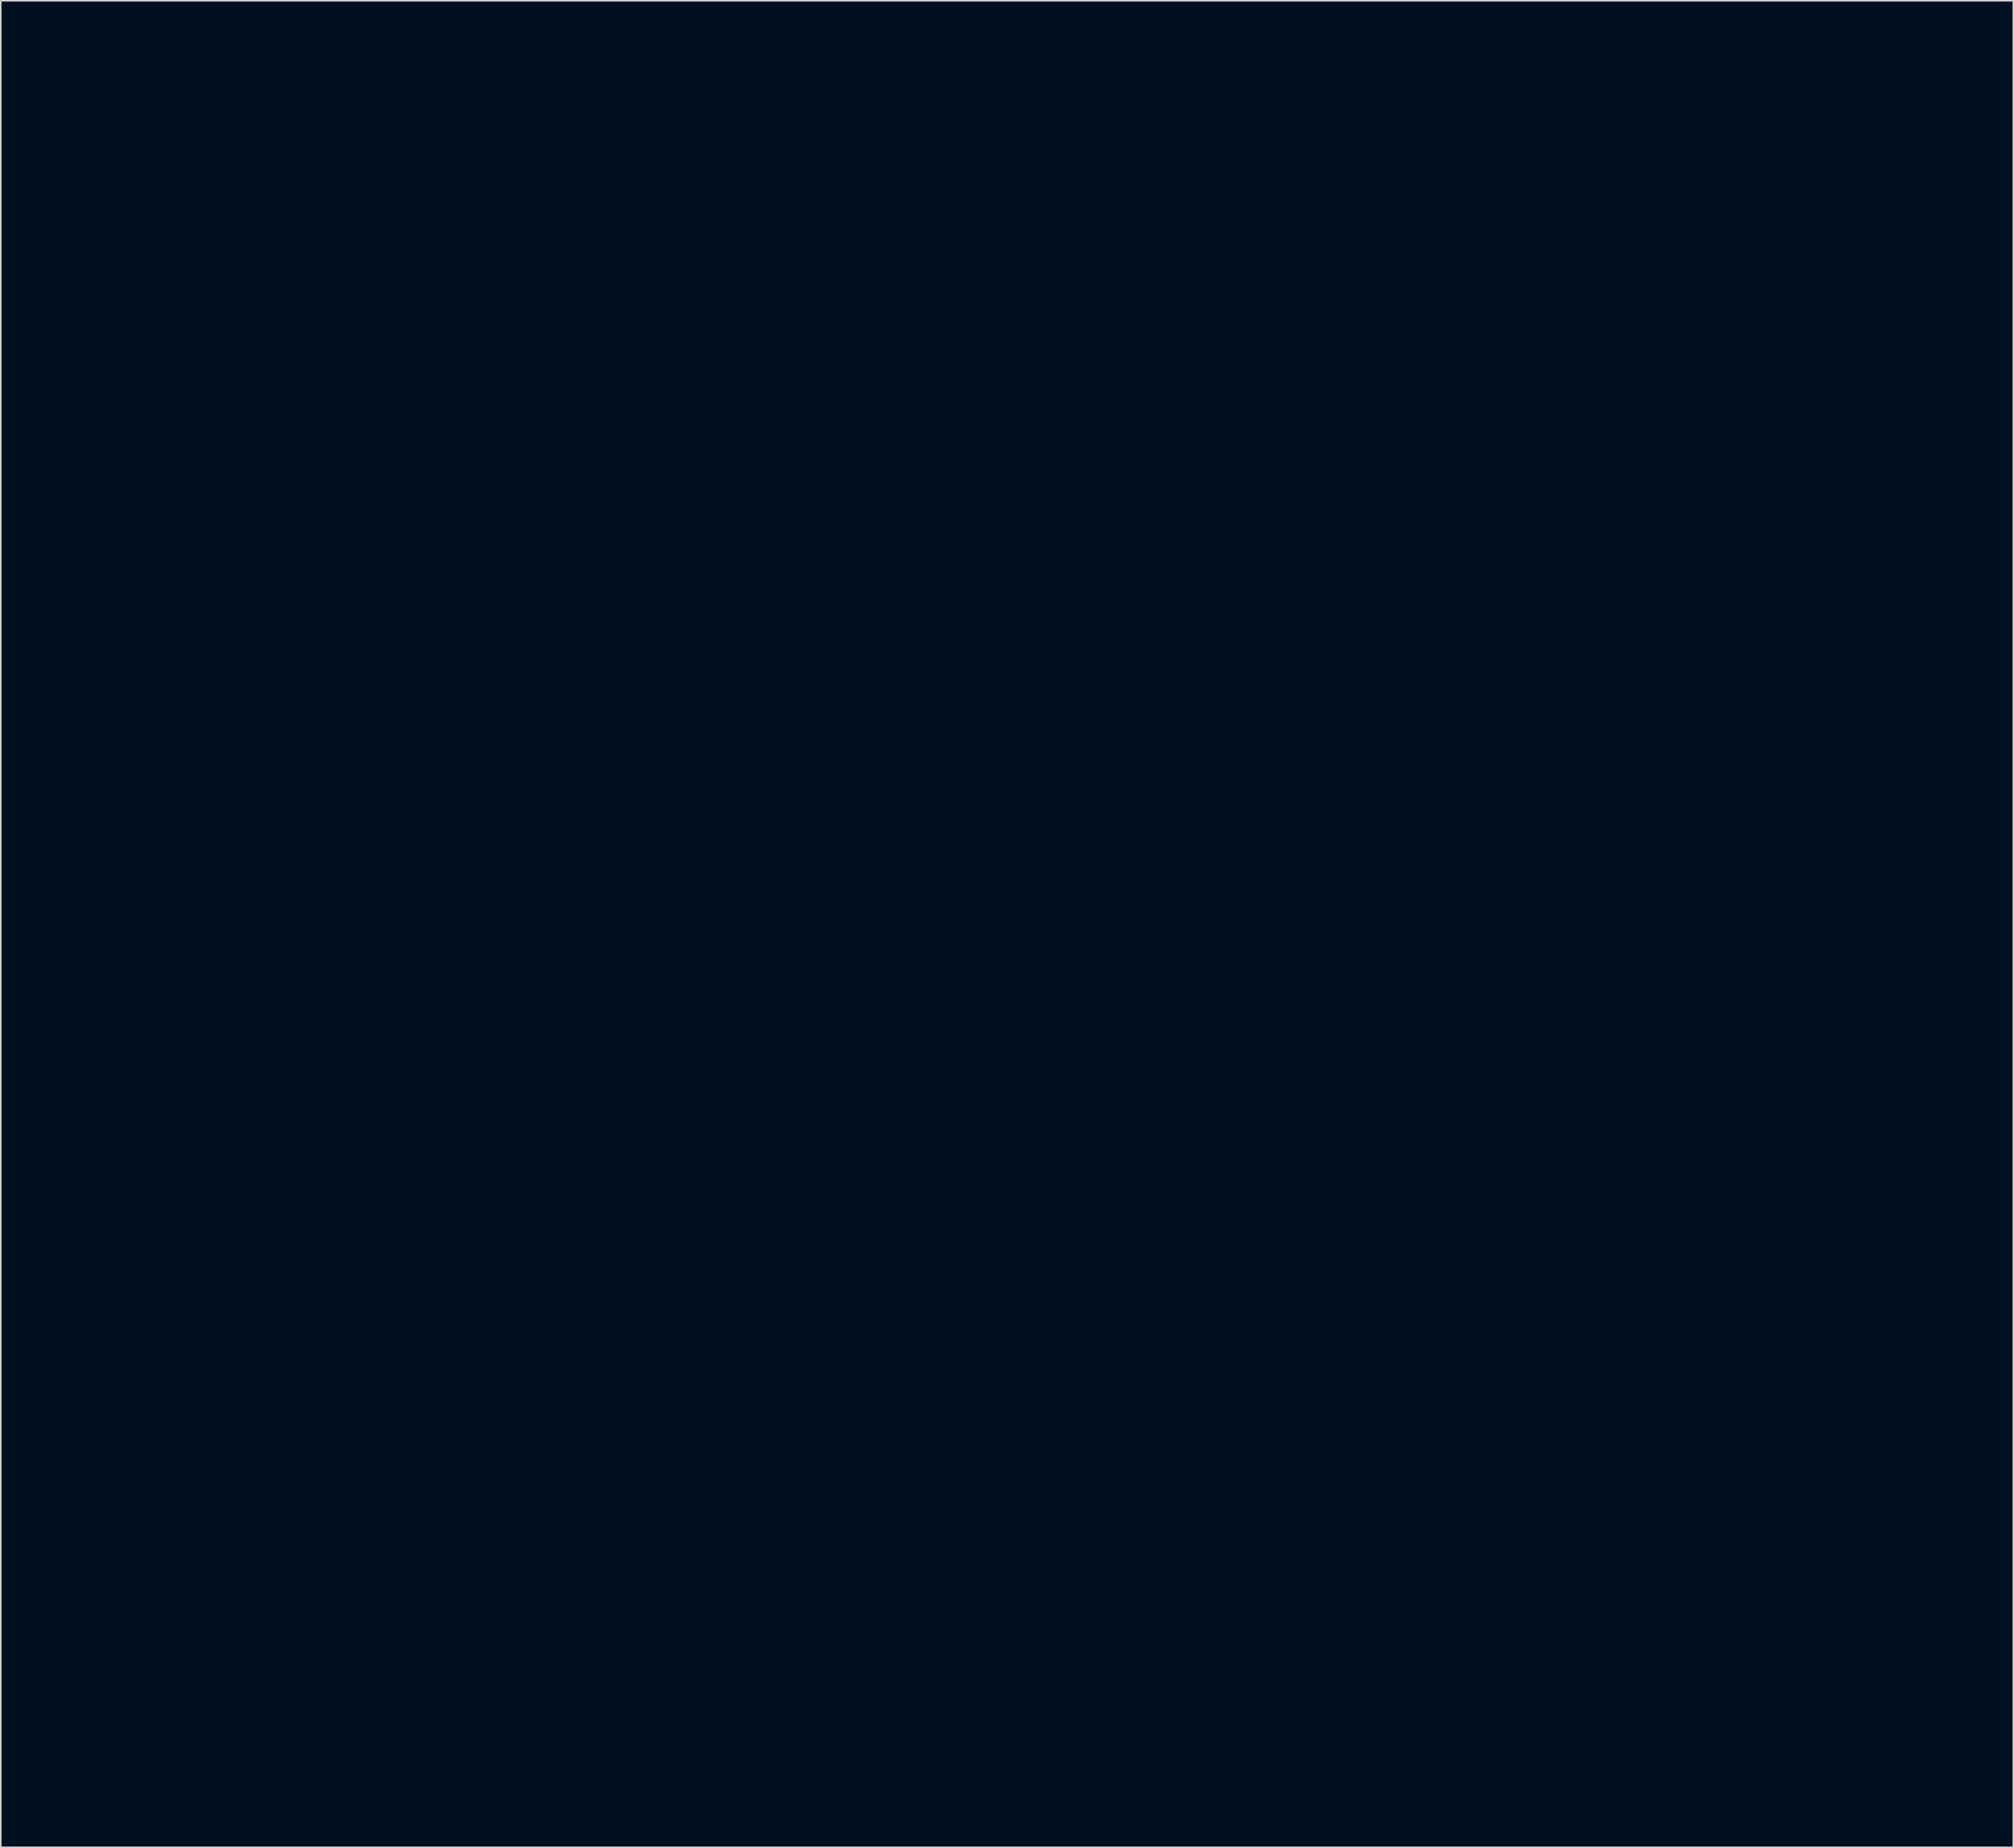
<source format=kicad_pcb>
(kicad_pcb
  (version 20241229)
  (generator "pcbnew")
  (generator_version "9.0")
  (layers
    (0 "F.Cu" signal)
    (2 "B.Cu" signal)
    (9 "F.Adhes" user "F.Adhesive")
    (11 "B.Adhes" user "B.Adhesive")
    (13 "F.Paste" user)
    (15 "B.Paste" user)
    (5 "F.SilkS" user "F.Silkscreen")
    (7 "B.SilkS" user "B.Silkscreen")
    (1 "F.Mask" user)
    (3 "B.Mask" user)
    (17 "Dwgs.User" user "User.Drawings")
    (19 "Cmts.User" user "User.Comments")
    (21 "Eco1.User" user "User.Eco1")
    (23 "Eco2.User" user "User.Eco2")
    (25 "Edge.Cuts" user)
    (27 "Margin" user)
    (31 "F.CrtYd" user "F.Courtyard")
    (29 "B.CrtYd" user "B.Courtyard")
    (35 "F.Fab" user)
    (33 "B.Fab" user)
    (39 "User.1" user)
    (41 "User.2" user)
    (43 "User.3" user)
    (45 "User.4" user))
  (footprint "copperoutlinesFMask2"
    (layer "F.Cu")
    (at 62.617 57.27)
    (property "Reference" "copperoutlinesFMask2" (at 0 0 0) (layer "F.Mask") (effects (font (size 1.524 1.524) (thickness 0.3))))
    (attr through_hole)
    (fp_poly (pts (xy 3.365 -3.435) (xy 4.794 -2.613) (xy 4.811 -0.005) (xy 4.813 0.557) (xy 4.813 1.076) (xy 4.811 1.541) (xy 4.807 1.937) (xy 4.801 2.252) (xy 4.793 2.472) (xy 4.784 2.585) (xy 4.779 2.597) (xy 4.715 2.564) (xy 4.553 2.475) (xy 4.306 2.336) (xy 3.984 2.154) (xy 3.6 1.935) (xy 3.166 1.686) (xy 2.694 1.415) (xy 2.524 1.317) (xy 0.318 0.045) (xy 0.318 -1.778) (xy 1.902 -1.778) (xy 1.92 -3.017) (xy 1.937 -4.257) (xy 3.365 -3.435)) (stroke (width 0.01) (type solid)) (fill yes) (layer "F.Mask"))
    (fp_poly (pts (xy -5.525 6.202) (xy -5.526 8.795) (xy -6.365 9.285) (xy -6.689 9.472) (xy -6.92 9.599) (xy -7.077 9.675) (xy -7.176 9.706) (xy -7.232 9.7) (xy -7.263 9.666) (xy -7.322 9.56) (xy -7.424 9.38) (xy -7.549 9.162) (xy -7.57 9.125) (xy -7.82 8.694) (xy -8.927 9.27) (xy -10.035 9.847) (xy -10.018 8.026) (xy -10.001 6.206) (xy -8.109 5.106) (xy -7.647 4.837) (xy -7.205 4.581) (xy -6.798 4.345) (xy -6.444 4.14) (xy -6.157 3.974) (xy -5.954 3.856) (xy -5.871 3.808) (xy -5.524 3.61) (xy -5.525 6.202)) (stroke (width 0.01) (type solid)) (fill yes) (layer "F.Mask"))
    (fp_poly (pts (xy -1.793 -3.167) (xy -1.776 -1.778) (xy -0.381 -1.778) (xy -0.381 -0.146) (xy -2.556 1.112) (xy -3.035 1.389) (xy -3.48 1.646) (xy -3.879 1.876) (xy -4.219 2.073) (xy -4.489 2.229) (xy -4.677 2.337) (xy -4.771 2.391) (xy -4.778 2.395) (xy -4.79 2.34) (xy -4.801 2.172) (xy -4.812 1.905) (xy -4.821 1.554) (xy -4.829 1.133) (xy -4.836 0.655) (xy -4.84 0.194) (xy -4.843 -0.344) (xy -4.846 -0.857) (xy -4.849 -1.328) (xy -4.852 -1.739) (xy -4.854 -2.071) (xy -4.855 -2.308) (xy -4.856 -2.412) (xy -4.858 -2.791) (xy -3.334 -3.674) (xy -1.81 -4.556) (xy -1.793 -3.167)) (stroke (width 0.01) (type solid)) (fill yes) (layer "F.Mask"))
    (fp_poly (pts (xy -0.381 4.128) (xy -1.095 4.128) (xy -1.389 4.133) (xy -1.639 4.145) (xy -1.816 4.162) (xy -1.888 4.179) (xy -1.918 4.24) (xy -1.941 4.386) (xy -1.959 4.629) (xy -1.973 4.977) (xy -1.982 5.441) (xy -1.983 5.489) (xy -2 6.75) (xy -3.239 7.473) (xy -3.607 7.688) (xy -3.947 7.886) (xy -4.242 8.057) (xy -4.471 8.189) (xy -4.618 8.273) (xy -4.651 8.291) (xy -4.826 8.385) (xy -4.826 3.206) (xy -2.752 2) (xy -2.279 1.725) (xy -1.837 1.468) (xy -1.437 1.237) (xy -1.094 1.038) (xy -0.82 0.879) (xy -0.629 0.769) (xy -0.533 0.714) (xy -0.529 0.712) (xy -0.381 0.631) (xy -0.381 4.128)) (stroke (width 0.01) (type solid)) (fill yes) (layer "F.Mask"))
    (fp_poly (pts (xy 2.587 2.114) (xy 4.826 3.397) (xy 4.826 5.953) (xy 4.825 6.509) (xy 4.824 7.022) (xy 4.823 7.481) (xy 4.821 7.871) (xy 4.818 8.179) (xy 4.815 8.391) (xy 4.811 8.495) (xy 4.81 8.504) (xy 4.753 8.472) (xy 4.602 8.384) (xy 4.372 8.251) (xy 4.078 8.08) (xy 3.735 7.88) (xy 3.493 7.739) (xy 3.122 7.523) (xy 2.787 7.327) (xy 2.502 7.161) (xy 2.285 7.033) (xy 2.15 6.955) (xy 2.116 6.934) (xy 2.086 6.862) (xy 2.059 6.678) (xy 2.035 6.379) (xy 2.013 5.962) (xy 1.996 5.509) (xy 1.95 4.128) (xy 0.395 4.128) (xy 0.351 2.778) (xy 0.338 2.356) (xy 0.329 1.958) (xy 0.324 1.609) (xy 0.323 1.333) (xy 0.326 1.154) (xy 0.328 1.13) (xy 0.349 0.831) (xy 2.587 2.114)) (stroke (width 0.01) (type solid)) (fill yes) (layer "F.Mask"))
    (fp_poly (pts (xy 5.824 3.967) (xy 5.95 4.038) (xy 6.17 4.163) (xy 6.471 4.335) (xy 6.836 4.544) (xy 7.252 4.783) (xy 7.702 5.041) (xy 8.079 5.257) (xy 10.033 6.38) (xy 10.033 8.048) (xy 10.032 8.493) (xy 10.028 8.893) (xy 10.023 9.232) (xy 10.015 9.494) (xy 10.007 9.66) (xy 9.998 9.716) (xy 9.934 9.685) (xy 9.779 9.601) (xy 9.551 9.473) (xy 9.267 9.311) (xy 8.978 9.144) (xy 8.661 8.961) (xy 8.384 8.802) (xy 8.164 8.677) (xy 8.02 8.598) (xy 7.969 8.572) (xy 7.93 8.624) (xy 7.843 8.765) (xy 7.72 8.973) (xy 7.585 9.207) (xy 7.44 9.458) (xy 7.315 9.661) (xy 7.225 9.796) (xy 7.185 9.84) (xy 7.118 9.809) (xy 6.963 9.724) (xy 6.739 9.598) (xy 6.468 9.441) (xy 6.35 9.372) (xy 5.556 8.907) (xy 5.54 6.353) (xy 5.523 3.798) (xy 5.824 3.967)) (stroke (width 0.01) (type solid)) (fill yes) (layer "F.Mask"))
    (fp_poly (pts (xy -1.937 8.223) (xy -1.54 8.221) (xy -1.364 8.22) (xy -1.085 8.218) (xy -0.725 8.215) (xy -0.307 8.212) (xy 0.145 8.208) (xy 0.445 8.205) (xy 2.032 8.191) (xy 2.032 8.001) (xy 2.042 7.867) (xy 2.067 7.811) (xy 2.067 7.811) (xy 2.134 7.841) (xy 2.288 7.923) (xy 2.509 8.047) (xy 2.777 8.199) (xy 3.071 8.368) (xy 3.371 8.543) (xy 3.657 8.711) (xy 3.908 8.861) (xy 4.104 8.98) (xy 4.225 9.058) (xy 4.254 9.082) (xy 4.201 9.12) (xy 4.053 9.213) (xy 3.823 9.352) (xy 3.525 9.53) (xy 3.175 9.737) (xy 2.786 9.966) (xy 2.372 10.207) (xy 1.948 10.454) (xy 1.529 10.697) (xy 1.128 10.929) (xy 0.76 11.14) (xy 0.438 11.323) (xy 0.179 11.469) (xy -0.006 11.57) (xy -0.1 11.617) (xy -0.108 11.62) (xy -0.173 11.589) (xy -0.335 11.502) (xy -0.583 11.365) (xy -0.905 11.184) (xy -1.288 10.968) (xy -1.721 10.722) (xy -2.19 10.454) (xy -2.312 10.384) (xy -2.79 10.11) (xy -3.233 9.854) (xy -3.63 9.624) (xy -3.968 9.427) (xy -4.235 9.269) (xy -4.42 9.159) (xy -4.509 9.103) (xy -4.515 9.099) (xy -4.476 9.054) (xy -4.342 8.957) (xy -4.126 8.816) (xy -3.844 8.64) (xy -3.509 8.439) (xy -3.282 8.307) (xy -2 7.564) (xy -1.937 8.223)) (stroke (width 0.01) (type solid)) (fill yes) (layer "F.Mask"))
    (fp_poly (pts (xy -3.029 10.741) (xy -2.544 11.018) (xy -2.095 11.275) (xy -1.693 11.506) (xy -1.349 11.702) (xy -1.077 11.859) (xy -0.886 11.968) (xy -0.79 12.024) (xy -0.78 12.029) (xy -0.83 12.062) (xy -0.976 12.15) (xy -1.204 12.285) (xy -1.5 12.46) (xy -1.85 12.665) (xy -2.239 12.894) (xy -2.655 13.137) (xy -3.083 13.388) (xy -3.509 13.636) (xy -3.919 13.875) (xy -4.299 14.096) (xy -4.635 14.291) (xy -4.913 14.451) (xy -5.12 14.57) (xy -5.241 14.638) (xy -5.266 14.65) (xy -5.328 14.624) (xy -5.486 14.542) (xy -5.725 14.413) (xy -6.03 14.245) (xy -6.386 14.046) (xy -6.777 13.825) (xy -7.168 13.601) (xy -7.52 13.398) (xy -7.819 13.223) (xy -8.05 13.085) (xy -8.2 12.992) (xy -8.253 12.954) (xy -8.2 12.916) (xy -8.051 12.83) (xy -7.824 12.705) (xy -7.536 12.551) (xy -7.203 12.376) (xy -7.175 12.362) (xy -6.84 12.187) (xy -6.548 12.032) (xy -6.314 11.907) (xy -6.158 11.821) (xy -6.096 11.783) (xy -6.096 11.782) (xy -6.125 11.723) (xy -6.205 11.574) (xy -6.322 11.359) (xy -6.467 11.099) (xy -6.478 11.079) (xy -6.622 10.817) (xy -6.739 10.599) (xy -6.816 10.447) (xy -6.843 10.382) (xy -6.843 10.381) (xy -6.785 10.346) (xy -6.637 10.259) (xy -6.42 10.132) (xy -6.152 9.976) (xy -6.046 9.914) (xy -5.265 9.462) (xy -3.029 10.741)) (stroke (width 0.01) (type solid)) (fill yes) (layer "F.Mask"))
    (fp_poly (pts (xy 5.012 9.535) (xy 5.171 9.609) (xy 5.392 9.723) (xy 5.654 9.863) (xy 5.932 10.017) (xy 6.205 10.172) (xy 6.45 10.315) (xy 6.645 10.434) (xy 6.766 10.517) (xy 6.795 10.546) (xy 6.764 10.618) (xy 6.683 10.772) (xy 6.564 10.983) (xy 6.477 11.132) (xy 6.342 11.364) (xy 6.236 11.552) (xy 6.172 11.673) (xy 6.16 11.702) (xy 6.212 11.742) (xy 6.356 11.833) (xy 6.574 11.963) (xy 6.847 12.121) (xy 7.033 12.227) (xy 7.341 12.402) (xy 7.616 12.56) (xy 7.837 12.688) (xy 7.982 12.774) (xy 8.02 12.798) (xy 8.044 12.828) (xy 8.03 12.869) (xy 7.968 12.931) (xy 7.848 13.019) (xy 7.659 13.141) (xy 7.389 13.305) (xy 7.028 13.518) (xy 6.647 13.74) (xy 6.251 13.969) (xy 5.888 14.174) (xy 5.574 14.348) (xy 5.323 14.482) (xy 5.151 14.569) (xy 5.073 14.6) (xy 5.072 14.6) (xy 5 14.567) (xy 4.83 14.478) (xy 4.574 14.339) (xy 4.246 14.156) (xy 3.857 13.937) (xy 3.42 13.688) (xy 2.947 13.417) (xy 2.804 13.334) (xy 2.325 13.058) (xy 1.882 12.801) (xy 1.485 12.57) (xy 1.147 12.374) (xy 0.88 12.218) (xy 0.696 12.109) (xy 0.606 12.055) (xy 0.599 12.05) (xy 0.647 12.015) (xy 0.791 11.925) (xy 1.016 11.788) (xy 1.309 11.613) (xy 1.656 11.407) (xy 2.041 11.18) (xy 2.451 10.938) (xy 2.872 10.692) (xy 3.29 10.448) (xy 3.69 10.216) (xy 4.058 10.004) (xy 4.38 9.819) (xy 4.642 9.67) (xy 4.83 9.566) (xy 4.929 9.515) (xy 4.938 9.512) (xy 5.012 9.535)) (stroke (width 0.01) (type solid)) (fill yes) (layer "F.Mask"))
    (fp_poly (pts (xy -14.907 -43.061) (xy -14.488 -42.839) (xy -13.973 -42.56) (xy -13.375 -42.233) (xy -12.708 -41.864) (xy -11.987 -41.462) (xy -11.223 -41.034) (xy -10.432 -40.588) (xy -9.626 -40.131) (xy -8.819 -39.67) (xy -8.763 -39.638) (xy -6.445 -38.312) (xy -6.453 -27.585) (xy -6.455 -26.417) (xy -6.456 -25.277) (xy -6.459 -24.172) (xy -6.462 -23.11) (xy -6.465 -22.096) (xy -6.469 -21.139) (xy -6.473 -20.245) (xy -6.478 -19.422) (xy -6.483 -18.676) (xy -6.488 -18.015) (xy -6.493 -17.446) (xy -6.499 -16.975) (xy -6.505 -16.61) (xy -6.511 -16.358) (xy -6.517 -16.225) (xy -6.517 -16.225) (xy -6.572 -15.591) (xy -12.072 -12.447) (xy -13.365 -11.708) (xy -14.559 -11.027) (xy -15.652 -10.404) (xy -16.644 -9.841) (xy -17.535 -9.336) (xy -18.322 -8.892) (xy -19.005 -8.507) (xy -19.584 -8.184) (xy -20.057 -7.922) (xy -20.423 -7.722) (xy -20.682 -7.584) (xy -20.833 -7.51) (xy -20.874 -7.495) (xy -20.948 -7.523) (xy -21.108 -7.597) (xy -21.329 -7.704) (xy -21.495 -7.787) (xy -21.787 -7.94) (xy -22.149 -8.136) (xy -22.571 -8.368) (xy -23.04 -8.631) (xy -23.547 -8.918) (xy -24.08 -9.223) (xy -24.628 -9.538) (xy -25.181 -9.858) (xy -25.726 -10.176) (xy -26.254 -10.486) (xy -26.753 -10.782) (xy -27.212 -11.056) (xy -27.62 -11.303) (xy -27.966 -11.516) (xy -28.24 -11.688) (xy -28.429 -11.814) (xy -28.524 -11.887) (xy -28.533 -11.9) (xy -28.476 -11.945) (xy -28.311 -12.053) (xy -28.039 -12.221) (xy -27.664 -12.449) (xy -27.187 -12.736) (xy -26.61 -13.079) (xy -25.935 -13.479) (xy -25.165 -13.934) (xy -24.3 -14.442) (xy -23.345 -15.002) (xy -22.299 -15.614) (xy -21.166 -16.275) (xy -19.948 -16.986) (xy -19.431 -17.286) (xy -18.789 -17.66) (xy -18.168 -18.022) (xy -17.581 -18.364) (xy -17.036 -18.682) (xy -16.544 -18.968) (xy -16.116 -19.218) (xy -15.762 -19.425) (xy -15.493 -19.582) (xy -15.318 -19.684) (xy -15.275 -19.71) (xy -15.164 -19.771) (xy -15.066 -19.82) (xy -14.979 -19.865) (xy -14.903 -19.914) (xy -14.837 -19.973) (xy -14.78 -20.05) (xy -14.732 -20.152) (xy -14.692 -20.287) (xy -14.658 -20.461) (xy -14.631 -20.682) (xy -14.61 -20.958) (xy -14.593 -21.295) (xy -14.581 -21.702) (xy -14.572 -22.184) (xy -14.566 -22.751) (xy -14.562 -23.408) (xy -14.559 -24.163) (xy -14.557 -25.024) (xy -14.555 -25.997) (xy -14.552 -27.026) (xy -14.53 -33.636) (xy -14.964 -33.962) (xy -15.143 -34.087) (xy -15.419 -34.267) (xy -15.794 -34.503) (xy -16.268 -34.795) (xy -16.845 -35.145) (xy -17.524 -35.554) (xy -18.308 -36.022) (xy -19.198 -36.55) (xy -20.196 -37.14) (xy -21.177 -37.718) (xy -21.634 -37.987) (xy -22.058 -38.239) (xy -22.436 -38.465) (xy -22.755 -38.658) (xy -23.003 -38.809) (xy -23.166 -38.912) (xy -23.231 -38.956) (xy -23.241 -38.992) (xy -23.202 -39.048) (xy -23.104 -39.129) (xy -22.933 -39.244) (xy -22.681 -39.4) (xy -22.336 -39.605) (xy -22.056 -39.768) (xy -21.509 -40.084) (xy -20.924 -40.421) (xy -20.315 -40.769) (xy -19.697 -41.121) (xy -19.083 -41.469) (xy -18.488 -41.805) (xy -17.927 -42.12) (xy -17.414 -42.406) (xy -16.963 -42.656) (xy -16.589 -42.861) (xy -16.306 -43.013) (xy -16.24 -43.048) (xy -15.557 -43.402) (xy -14.907 -43.061)) (stroke (width 0.01) (type solid)) (fill yes) (layer "F.Mask"))
    (fp_poly (pts (xy -15.512 22.927) (xy -15.447 22.939) (xy -15.366 22.963) (xy -15.263 23.001) (xy -15.134 23.056) (xy -14.974 23.132) (xy -14.776 23.231) (xy -14.537 23.355) (xy -14.25 23.509) (xy -13.91 23.694) (xy -13.513 23.913) (xy -13.052 24.17) (xy -12.523 24.467) (xy -11.921 24.807) (xy -11.241 25.193) (xy -10.476 25.627) (xy -9.622 26.114) (xy -8.674 26.655) (xy -7.627 27.253) (xy -6.474 27.911) (xy -6.424 27.94) (xy -1.591 30.702) (xy -1.597 34.576) (xy -1.599 35.28) (xy -1.602 35.956) (xy -1.606 36.593) (xy -1.611 37.178) (xy -1.616 37.698) (xy -1.622 38.141) (xy -1.629 38.494) (xy -1.636 38.745) (xy -1.643 38.878) (xy -1.683 39.306) (xy -4.763 37.553) (xy -6.105 36.79) (xy -7.34 36.09) (xy -8.469 35.454) (xy -9.495 34.878) (xy -10.419 34.364) (xy -11.242 33.908) (xy -11.968 33.511) (xy -12.597 33.172) (xy -13.132 32.889) (xy -13.494 32.702) (xy -14.027 32.436) (xy -14.471 32.233) (xy -14.846 32.089) (xy -15.172 32.001) (xy -15.469 31.966) (xy -15.757 31.98) (xy -16.055 32.04) (xy -16.384 32.143) (xy -16.544 32.2) (xy -16.81 32.311) (xy -17.173 32.48) (xy -17.621 32.701) (xy -18.143 32.967) (xy -18.727 33.271) (xy -19.359 33.607) (xy -20.03 33.969) (xy -20.726 34.35) (xy -21.435 34.743) (xy -22.147 35.142) (xy -22.848 35.541) (xy -23.526 35.932) (xy -24.171 36.31) (xy -24.77 36.667) (xy -25.273 36.974) (xy -25.749 37.271) (xy -26.126 37.511) (xy -26.418 37.705) (xy -26.635 37.86) (xy -26.789 37.985) (xy -26.891 38.09) (xy -26.954 38.182) (xy -26.983 38.25) (xy -27.013 38.403) (xy -27.043 38.678) (xy -27.073 39.072) (xy -27.104 39.579) (xy -27.134 40.195) (xy -27.165 40.917) (xy -27.195 41.739) (xy -27.224 42.657) (xy -27.242 43.275) (xy -27.265 44.068) (xy -27.29 44.823) (xy -27.316 45.53) (xy -27.343 46.179) (xy -27.37 46.759) (xy -27.397 47.262) (xy -27.424 47.675) (xy -27.448 47.99) (xy -27.471 48.195) (xy -27.487 48.272) (xy -27.511 48.302) (xy -27.562 48.307) (xy -27.651 48.281) (xy -27.791 48.218) (xy -27.995 48.113) (xy -28.275 47.96) (xy -28.644 47.752) (xy -28.958 47.573) (xy -29.348 47.348) (xy -29.824 47.072) (xy -30.363 46.757) (xy -30.941 46.419) (xy -31.535 46.069) (xy -32.121 45.723) (xy -32.639 45.415) (xy -34.893 44.075) (xy -34.912 42.31) (xy -34.914 41.919) (xy -34.913 41.441) (xy -34.909 40.889) (xy -34.903 40.279) (xy -34.895 39.627) (xy -34.885 38.947) (xy -34.873 38.255) (xy -34.86 37.566) (xy -34.846 36.896) (xy -34.831 36.259) (xy -34.816 35.672) (xy -34.8 35.149) (xy -34.785 34.705) (xy -34.77 34.356) (xy -34.756 34.117) (xy -34.755 34.098) (xy -34.722 33.684) (xy -31.22 31.69) (xy -29.667 30.806) (xy -28.221 29.983) (xy -26.878 29.218) (xy -25.633 28.51) (xy -24.484 27.857) (xy -23.426 27.256) (xy -22.455 26.704) (xy -21.568 26.201) (xy -20.761 25.744) (xy -20.03 25.331) (xy -19.371 24.959) (xy -18.78 24.626) (xy -18.255 24.331) (xy -17.79 24.071) (xy -17.381 23.845) (xy -17.026 23.649) (xy -16.721 23.482) (xy -16.461 23.342) (xy -16.243 23.226) (xy -16.062 23.132) (xy -15.916 23.059) (xy -15.8 23.004) (xy -15.711 22.965) (xy -15.644 22.94) (xy -15.597 22.927) (xy -15.566 22.924) (xy -15.512 22.927)) (stroke (width 0.01) (type solid)) (fill yes) (layer "F.Mask"))
    (fp_poly (pts (xy 17.963 -41.958) (xy 18.415 -41.699) (xy 18.9 -41.42) (xy 19.407 -41.127) (xy 19.925 -40.829) (xy 20.44 -40.532) (xy 20.94 -40.242) (xy 21.415 -39.968) (xy 21.851 -39.715) (xy 22.236 -39.491) (xy 22.559 -39.303) (xy 22.808 -39.158) (xy 22.97 -39.063) (xy 23.032 -39.024) (xy 22.983 -38.991) (xy 22.834 -38.899) (xy 22.595 -38.756) (xy 22.277 -38.566) (xy 21.889 -38.336) (xy 21.442 -38.073) (xy 20.945 -37.78) (xy 20.409 -37.466) (xy 19.844 -37.135) (xy 19.259 -36.793) (xy 18.666 -36.447) (xy 18.074 -36.102) (xy 17.492 -35.764) (xy 16.932 -35.439) (xy 16.403 -35.133) (xy 15.915 -34.852) (xy 15.595 -34.668) (xy 14.33 -33.942) (xy 14.375 -28.195) (xy 14.382 -27.323) (xy 14.39 -26.467) (xy 14.399 -25.639) (xy 14.409 -24.849) (xy 14.418 -24.109) (xy 14.429 -23.43) (xy 14.439 -22.824) (xy 14.449 -22.302) (xy 14.458 -21.875) (xy 14.468 -21.554) (xy 14.475 -21.378) (xy 14.496 -20.983) (xy 14.516 -20.694) (xy 14.537 -20.49) (xy 14.564 -20.352) (xy 14.599 -20.257) (xy 14.646 -20.186) (xy 14.679 -20.15) (xy 14.752 -20.079) (xy 14.857 -19.993) (xy 15 -19.888) (xy 15.185 -19.76) (xy 15.42 -19.606) (xy 15.711 -19.421) (xy 16.063 -19.203) (xy 16.483 -18.947) (xy 16.976 -18.649) (xy 17.55 -18.306) (xy 18.209 -17.914) (xy 18.961 -17.47) (xy 19.811 -16.969) (xy 20.701 -16.445) (xy 21.419 -16.023) (xy 22.14 -15.597) (xy 22.857 -15.172) (xy 23.56 -14.754) (xy 24.242 -14.347) (xy 24.894 -13.957) (xy 25.509 -13.589) (xy 26.077 -13.247) (xy 26.59 -12.937) (xy 27.04 -12.663) (xy 27.419 -12.43) (xy 27.719 -12.244) (xy 27.931 -12.11) (xy 28.047 -12.032) (xy 28.066 -12.014) (xy 28.015 -11.962) (xy 27.883 -11.875) (xy 27.765 -11.808) (xy 27.634 -11.738) (xy 27.409 -11.616) (xy 27.104 -11.452) (xy 26.737 -11.254) (xy 26.324 -11.031) (xy 25.881 -10.792) (xy 25.686 -10.687) (xy 24.968 -10.301) (xy 24.274 -9.929) (xy 23.611 -9.577) (xy 22.989 -9.249) (xy 22.416 -8.949) (xy 21.902 -8.682) (xy 21.455 -8.453) (xy 21.083 -8.265) (xy 20.796 -8.125) (xy 20.603 -8.035) (xy 20.512 -8.001) (xy 20.509 -8.001) (xy 20.425 -8.031) (xy 20.249 -8.113) (xy 20.002 -8.238) (xy 19.703 -8.395) (xy 19.398 -8.562) (xy 18.951 -8.81) (xy 18.412 -9.112) (xy 17.795 -9.461) (xy 17.112 -9.848) (xy 16.374 -10.268) (xy 15.595 -10.713) (xy 14.785 -11.176) (xy 13.958 -11.65) (xy 13.126 -12.128) (xy 12.3 -12.604) (xy 11.494 -13.069) (xy 10.718 -13.518) (xy 9.986 -13.943) (xy 9.31 -14.336) (xy 8.701 -14.692) (xy 8.173 -15.003) (xy 7.736 -15.262) (xy 7.556 -15.369) (xy 6.636 -15.923) (xy 6.587 -24.996) (xy 6.581 -26.097) (xy 6.576 -27.188) (xy 6.572 -28.258) (xy 6.568 -29.3) (xy 6.565 -30.302) (xy 6.563 -31.257) (xy 6.562 -32.154) (xy 6.561 -32.986) (xy 6.561 -33.741) (xy 6.562 -34.412) (xy 6.564 -34.989) (xy 6.566 -35.462) (xy 6.569 -35.823) (xy 6.572 -35.973) (xy 6.606 -37.878) (xy 6.851 -38.1) (xy 6.984 -38.2) (xy 7.222 -38.36) (xy 7.563 -38.576) (xy 8.001 -38.846) (xy 8.532 -39.168) (xy 9.151 -39.538) (xy 9.855 -39.954) (xy 10.639 -40.413) (xy 11.497 -40.913) (xy 12.427 -41.451) (xy 13.422 -42.024) (xy 14.48 -42.63) (xy 14.693 -42.752) (xy 15.638 -43.291) (xy 17.963 -41.958)) (stroke (width 0.01) (type solid)) (fill yes) (layer "F.Mask"))
    (fp_poly (pts (xy 29.427 -8.865) (xy 29.442 -8.674) (xy 29.46 -8.394) (xy 29.478 -8.062) (xy 29.494 -7.716) (xy 29.494 -7.715) (xy 29.508 -7.393) (xy 29.526 -6.979) (xy 29.546 -6.507) (xy 29.568 -6.012) (xy 29.589 -5.529) (xy 29.592 -5.461) (xy 29.605 -5.15) (xy 29.622 -4.728) (xy 29.643 -4.207) (xy 29.666 -3.605) (xy 29.691 -2.935) (xy 29.718 -2.212) (xy 29.746 -1.45) (xy 29.774 -0.666) (xy 29.802 0.127) (xy 29.815 0.476) (xy 29.852 1.513) (xy 29.886 2.431) (xy 29.918 3.238) (xy 29.947 3.942) (xy 29.975 4.55) (xy 30.002 5.07) (xy 30.028 5.51) (xy 30.055 5.879) (xy 30.082 6.183) (xy 30.11 6.432) (xy 30.14 6.631) (xy 30.173 6.791) (xy 30.208 6.917) (xy 30.247 7.019) (xy 30.269 7.067) (xy 30.374 7.208) (xy 30.566 7.384) (xy 30.851 7.599) (xy 31.236 7.857) (xy 31.726 8.164) (xy 31.952 8.301) (xy 32.531 8.642) (xy 33.174 9.012) (xy 33.868 9.401) (xy 34.598 9.804) (xy 35.352 10.214) (xy 36.115 10.622) (xy 36.875 11.023) (xy 37.617 11.409) (xy 38.328 11.772) (xy 38.995 12.106) (xy 39.603 12.404) (xy 40.14 12.658) (xy 40.591 12.862) (xy 40.887 12.985) (xy 41.183 13.096) (xy 41.423 13.163) (xy 41.638 13.183) (xy 41.863 13.156) (xy 42.128 13.08) (xy 42.468 12.954) (xy 42.577 12.911) (xy 42.876 12.783) (xy 43.272 12.601) (xy 43.75 12.372) (xy 44.295 12.103) (xy 44.894 11.801) (xy 45.531 11.474) (xy 46.192 11.129) (xy 46.862 10.774) (xy 47.528 10.415) (xy 47.593 10.38) (xy 48.226 10.036) (xy 48.756 9.75) (xy 49.193 9.517) (xy 49.545 9.333) (xy 49.82 9.194) (xy 50.028 9.096) (xy 50.178 9.034) (xy 50.276 9.004) (xy 50.334 9.002) (xy 50.355 9.016) (xy 50.368 9.05) (xy 50.38 9.114) (xy 50.392 9.218) (xy 50.404 9.369) (xy 50.418 9.576) (xy 50.432 9.847) (xy 50.448 10.191) (xy 50.466 10.615) (xy 50.487 11.129) (xy 50.51 11.74) (xy 50.536 12.457) (xy 50.567 13.288) (xy 50.584 13.788) (xy 50.605 14.398) (xy 50.624 14.97) (xy 50.639 15.493) (xy 50.65 15.952) (xy 50.658 16.336) (xy 50.662 16.631) (xy 50.662 16.825) (xy 50.657 16.905) (xy 50.596 16.954) (xy 50.435 17.058) (xy 50.185 17.212) (xy 49.856 17.409) (xy 49.459 17.643) (xy 49.005 17.907) (xy 48.504 18.195) (xy 47.968 18.501) (xy 47.869 18.557) (xy 46.89 19.111) (xy 46.016 19.605) (xy 45.241 20.041) (xy 44.56 20.423) (xy 43.967 20.754) (xy 43.458 21.036) (xy 43.026 21.273) (xy 42.666 21.467) (xy 42.374 21.621) (xy 42.142 21.739) (xy 41.967 21.824) (xy 41.842 21.877) (xy 41.763 21.903) (xy 41.736 21.906) (xy 41.649 21.878) (xy 41.467 21.798) (xy 41.209 21.678) (xy 40.894 21.523) (xy 40.539 21.345) (xy 40.418 21.282) (xy 40.126 21.13) (xy 39.783 20.947) (xy 39.385 20.733) (xy 38.931 20.484) (xy 38.414 20.199) (xy 37.833 19.876) (xy 37.183 19.513) (xy 36.462 19.109) (xy 35.664 18.66) (xy 34.788 18.165) (xy 33.829 17.622) (xy 32.784 17.029) (xy 31.649 16.384) (xy 30.421 15.685) (xy 29.097 14.929) (xy 27.671 14.116) (xy 26.142 13.243) (xy 24.971 12.574) (xy 22.161 10.968) (xy 22.177 2.801) (xy 22.193 -5.365) (xy 25.793 -7.277) (xy 29.394 -9.189) (xy 29.427 -8.865)) (stroke (width 0.01) (type solid)) (fill yes) (layer "F.Mask"))
    (fp_poly (pts (xy -29.442 -9.04) (xy -29.283 -8.956) (xy -29.032 -8.82) (xy -28.697 -8.638) (xy -28.289 -8.414) (xy -27.815 -8.153) (xy -27.287 -7.86) (xy -26.712 -7.541) (xy -26.1 -7.2) (xy -25.836 -7.053) (xy -25.106 -6.646) (xy -24.48 -6.295) (xy -23.95 -5.996) (xy -23.507 -5.745) (xy -23.145 -5.537) (xy -22.855 -5.367) (xy -22.631 -5.231) (xy -22.463 -5.123) (xy -22.346 -5.041) (xy -22.27 -4.978) (xy -22.228 -4.93) (xy -22.212 -4.892) (xy -22.212 -4.875) (xy -22.215 -4.795) (xy -22.218 -4.595) (xy -22.222 -4.284) (xy -22.226 -3.869) (xy -22.23 -3.358) (xy -22.234 -2.759) (xy -22.239 -2.08) (xy -22.243 -1.328) (xy -22.248 -0.511) (xy -22.253 0.363) (xy -22.258 1.286) (xy -22.263 2.25) (xy -22.267 3.239) (xy -22.303 11.208) (xy -30.281 15.762) (xy -31.59 16.509) (xy -32.793 17.196) (xy -33.896 17.824) (xy -34.901 18.398) (xy -35.813 18.918) (xy -36.638 19.388) (xy -37.379 19.81) (xy -38.041 20.186) (xy -38.628 20.52) (xy -39.145 20.813) (xy -39.596 21.069) (xy -39.986 21.289) (xy -40.319 21.476) (xy -40.599 21.633) (xy -40.831 21.762) (xy -41.02 21.866) (xy -41.169 21.947) (xy -41.284 22.007) (xy -41.368 22.05) (xy -41.427 22.078) (xy -41.464 22.093) (xy -41.485 22.097) (xy -41.486 22.097) (xy -41.561 22.068) (xy -41.731 21.987) (xy -41.979 21.862) (xy -42.288 21.703) (xy -42.641 21.517) (xy -42.832 21.415) (xy -43.132 21.252) (xy -43.527 21.036) (xy -44.002 20.775) (xy -44.541 20.477) (xy -45.129 20.151) (xy -45.75 19.806) (xy -46.388 19.45) (xy -47.029 19.092) (xy -47.331 18.923) (xy -50.559 17.113) (xy -50.52 14.161) (xy -50.506 13.13) (xy -50.49 12.2) (xy -50.474 11.376) (xy -50.458 10.658) (xy -50.441 10.051) (xy -50.423 9.557) (xy -50.406 9.179) (xy -50.388 8.921) (xy -50.37 8.785) (xy -50.359 8.763) (xy -50.297 8.793) (xy -50.134 8.878) (xy -49.881 9.012) (xy -49.548 9.191) (xy -49.145 9.408) (xy -48.684 9.658) (xy -48.174 9.935) (xy -47.626 10.234) (xy -47.4 10.357) (xy -46.413 10.894) (xy -45.534 11.37) (xy -44.758 11.785) (xy -44.084 12.141) (xy -43.507 12.441) (xy -43.024 12.685) (xy -42.634 12.875) (xy -42.332 13.013) (xy -42.178 13.077) (xy -41.759 13.188) (xy -41.333 13.188) (xy -40.876 13.079) (xy -40.784 13.046) (xy -40.446 12.905) (xy -40.003 12.695) (xy -39.456 12.419) (xy -38.808 12.077) (xy -38.059 11.669) (xy -37.213 11.198) (xy -36.27 10.663) (xy -35.231 10.066) (xy -34.1 9.407) (xy -33.274 8.922) (xy -32.602 8.524) (xy -32.031 8.183) (xy -31.554 7.892) (xy -31.16 7.644) (xy -30.843 7.435) (xy -30.591 7.257) (xy -30.398 7.106) (xy -30.253 6.974) (xy -30.149 6.856) (xy -30.075 6.746) (xy -30.063 6.722) (xy -30.031 6.646) (xy -30.002 6.541) (xy -29.976 6.401) (xy -29.952 6.217) (xy -29.929 5.982) (xy -29.909 5.689) (xy -29.889 5.331) (xy -29.871 4.899) (xy -29.853 4.386) (xy -29.835 3.786) (xy -29.817 3.09) (xy -29.798 2.29) (xy -29.778 1.381) (xy -29.757 0.353) (xy -29.753 0.127) (xy -29.732 -0.907) (xy -29.711 -1.912) (xy -29.689 -2.883) (xy -29.668 -3.811) (xy -29.647 -4.688) (xy -29.626 -5.508) (xy -29.606 -6.261) (xy -29.586 -6.942) (xy -29.568 -7.542) (xy -29.551 -8.054) (xy -29.536 -8.469) (xy -29.522 -8.781) (xy -29.51 -8.982) (xy -29.5 -9.065) (xy -29.499 -9.066) (xy -29.442 -9.04)) (stroke (width 0.01) (type solid)) (fill yes) (layer "F.Mask"))
    (fp_poly (pts (xy 15.913 23.175) (xy 16.11 23.275) (xy 16.401 23.428) (xy 16.778 23.631) (xy 17.233 23.879) (xy 17.758 24.167) (xy 18.344 24.491) (xy 18.984 24.847) (xy 19.669 25.23) (xy 20.392 25.636) (xy 21.143 26.06) (xy 21.177 26.079) (xy 21.567 26.3) (xy 22.029 26.563) (xy 22.558 26.863) (xy 23.144 27.197) (xy 23.78 27.559) (xy 24.457 27.945) (xy 25.168 28.351) (xy 25.904 28.771) (xy 26.658 29.202) (xy 27.421 29.638) (xy 28.186 30.075) (xy 28.944 30.509) (xy 29.688 30.935) (xy 30.409 31.348) (xy 31.1 31.744) (xy 31.752 32.118) (xy 32.358 32.465) (xy 32.909 32.782) (xy 33.398 33.062) (xy 33.816 33.303) (xy 34.155 33.499) (xy 34.408 33.646) (xy 34.567 33.738) (xy 34.622 33.772) (xy 34.63 33.841) (xy 34.637 34.028) (xy 34.643 34.322) (xy 34.649 34.715) (xy 34.655 35.196) (xy 34.66 35.756) (xy 34.664 36.386) (xy 34.668 37.075) (xy 34.67 37.815) (xy 34.672 38.595) (xy 34.672 38.92) (xy 34.675 44.023) (xy 34.181 44.341) (xy 33.827 44.565) (xy 33.412 44.823) (xy 32.948 45.107) (xy 32.446 45.411) (xy 31.917 45.729) (xy 31.373 46.053) (xy 30.824 46.378) (xy 30.284 46.695) (xy 29.762 46.999) (xy 29.27 47.284) (xy 28.821 47.541) (xy 28.424 47.766) (xy 28.091 47.95) (xy 27.834 48.088) (xy 27.665 48.172) (xy 27.597 48.197) (xy 27.54 48.152) (xy 27.526 48.131) (xy 27.494 48.051) (xy 27.465 47.915) (xy 27.44 47.716) (xy 27.416 47.444) (xy 27.395 47.092) (xy 27.375 46.652) (xy 27.357 46.116) (xy 27.339 45.476) (xy 27.321 44.724) (xy 27.306 44.005) (xy 27.292 43.346) (xy 27.275 42.671) (xy 27.255 41.992) (xy 27.233 41.322) (xy 27.21 40.673) (xy 27.186 40.057) (xy 27.161 39.486) (xy 27.137 38.972) (xy 27.113 38.528) (xy 27.09 38.165) (xy 27.069 37.895) (xy 27.05 37.732) (xy 27.038 37.686) (xy 26.977 37.649) (xy 26.817 37.557) (xy 26.568 37.414) (xy 26.24 37.228) (xy 25.845 37.004) (xy 25.393 36.748) (xy 24.895 36.467) (xy 24.361 36.166) (xy 23.804 35.851) (xy 23.233 35.529) (xy 22.659 35.206) (xy 22.092 34.887) (xy 21.545 34.58) (xy 21.027 34.289) (xy 20.55 34.021) (xy 20.124 33.783) (xy 19.76 33.579) (xy 19.468 33.417) (xy 19.26 33.302) (xy 19.241 33.291) (xy 18.51 32.896) (xy 17.878 32.566) (xy 17.337 32.298) (xy 16.879 32.087) (xy 16.496 31.93) (xy 16.18 31.824) (xy 15.923 31.766) (xy 15.742 31.75) (xy 15.579 31.76) (xy 15.392 31.791) (xy 15.176 31.847) (xy 14.925 31.929) (xy 14.633 32.042) (xy 14.296 32.187) (xy 13.906 32.368) (xy 13.46 32.586) (xy 12.951 32.846) (xy 12.374 33.15) (xy 11.724 33.5) (xy 10.994 33.9) (xy 10.18 34.351) (xy 9.276 34.858) (xy 8.276 35.422) (xy 7.175 36.047) (xy 6.604 36.373) (xy 5.632 36.925) (xy 4.768 37.412) (xy 4.013 37.833) (xy 3.367 38.189) (xy 2.83 38.48) (xy 2.401 38.705) (xy 2.08 38.865) (xy 1.868 38.96) (xy 1.766 38.989) (xy 1.726 38.968) (xy 1.695 38.895) (xy 1.671 38.75) (xy 1.651 38.516) (xy 1.632 38.176) (xy 1.629 38.116) (xy 1.619 37.831) (xy 1.612 37.46) (xy 1.609 37.016) (xy 1.608 36.514) (xy 1.609 35.965) (xy 1.613 35.385) (xy 1.619 34.787) (xy 1.627 34.185) (xy 1.636 33.591) (xy 1.647 33.02) (xy 1.659 32.486) (xy 1.672 32.002) (xy 1.686 31.581) (xy 1.701 31.238) (xy 1.716 30.986) (xy 1.731 30.838) (xy 1.741 30.805) (xy 1.81 30.763) (xy 1.98 30.664) (xy 2.241 30.513) (xy 2.585 30.316) (xy 3.001 30.078) (xy 3.481 29.805) (xy 4.013 29.502) (xy 4.59 29.174) (xy 5.202 28.827) (xy 5.838 28.466) (xy 6.49 28.097) (xy 7.148 27.725) (xy 7.802 27.355) (xy 8.443 26.993) (xy 9.062 26.644) (xy 9.648 26.313) (xy 10.193 26.007) (xy 10.686 25.729) (xy 11.119 25.487) (xy 11.482 25.284) (xy 11.765 25.127) (xy 11.779 25.119) (xy 12.51 24.719) (xy 13.187 24.356) (xy 13.803 24.034) (xy 14.351 23.755) (xy 14.824 23.523) (xy 15.215 23.342) (xy 15.517 23.214) (xy 15.723 23.145) (xy 15.819 23.134) (xy 15.913 23.175)) (stroke (width 0.01) (type solid)) (fill yes) (layer "F.Mask"))
    (fp_poly (pts (xy 15.623 -57.258) (xy 15.712 -57.226) (xy 15.847 -57.166) (xy 16.032 -57.075) (xy 16.274 -56.948) (xy 16.578 -56.783) (xy 16.952 -56.576) (xy 17.399 -56.325) (xy 17.928 -56.026) (xy 18.542 -55.675) (xy 19.249 -55.27) (xy 20.054 -54.807) (xy 20.907 -54.316) (xy 21.655 -53.884) (xy 22.372 -53.468) (xy 23.053 -53.073) (xy 23.688 -52.703) (xy 24.27 -52.363) (xy 24.791 -52.057) (xy 25.243 -51.79) (xy 25.618 -51.567) (xy 25.908 -51.392) (xy 26.106 -51.27) (xy 26.203 -51.206) (xy 26.21 -51.2) (xy 26.352 -51.06) (xy 26.352 -44.99) (xy 26.352 -38.92) (xy 26.208 -38.78) (xy 26.133 -38.728) (xy 25.956 -38.618) (xy 25.684 -38.454) (xy 25.326 -38.241) (xy 24.89 -37.983) (xy 24.384 -37.686) (xy 23.816 -37.354) (xy 23.193 -36.991) (xy 22.524 -36.603) (xy 21.817 -36.193) (xy 21.08 -35.767) (xy 21.001 -35.722) (xy 15.938 -32.805) (xy 15.94 -26.991) (xy 15.941 -21.177) (xy 23.531 -16.8) (xy 24.436 -16.278) (xy 25.311 -15.773) (xy 26.149 -15.289) (xy 26.944 -14.83) (xy 27.689 -14.399) (xy 28.379 -13.999) (xy 29.007 -13.635) (xy 29.566 -13.31) (xy 30.052 -13.028) (xy 30.456 -12.792) (xy 30.773 -12.607) (xy 30.997 -12.475) (xy 31.121 -12.401) (xy 31.145 -12.385) (xy 31.108 -12.335) (xy 30.988 -12.249) (xy 30.864 -12.174) (xy 30.558 -12.002) (xy 23.01 -16.358) (xy 22.107 -16.88) (xy 21.233 -17.384) (xy 20.395 -17.868) (xy 19.6 -18.328) (xy 18.854 -18.76) (xy 18.163 -19.16) (xy 17.534 -19.525) (xy 16.972 -19.85) (xy 16.485 -20.133) (xy 16.079 -20.37) (xy 15.759 -20.556) (xy 15.534 -20.688) (xy 15.408 -20.763) (xy 15.383 -20.779) (xy 15.369 -20.815) (xy 15.357 -20.903) (xy 15.346 -21.049) (xy 15.337 -21.26) (xy 15.329 -21.542) (xy 15.322 -21.901) (xy 15.317 -22.344) (xy 15.312 -22.876) (xy 15.309 -23.505) (xy 15.306 -24.236) (xy 15.305 -25.076) (xy 15.304 -26.031) (xy 15.303 -26.985) (xy 15.304 -28.008) (xy 15.304 -28.91) (xy 15.305 -29.701) (xy 15.306 -30.388) (xy 15.308 -30.977) (xy 15.311 -31.478) (xy 15.315 -31.896) (xy 15.32 -32.24) (xy 15.326 -32.518) (xy 15.334 -32.736) (xy 15.343 -32.902) (xy 15.354 -33.025) (xy 15.366 -33.11) (xy 15.38 -33.167) (xy 15.397 -33.202) (xy 15.415 -33.223) (xy 15.485 -33.268) (xy 15.658 -33.372) (xy 15.924 -33.53) (xy 16.277 -33.737) (xy 16.707 -33.988) (xy 17.206 -34.278) (xy 17.767 -34.604) (xy 18.381 -34.96) (xy 19.04 -35.341) (xy 19.737 -35.743) (xy 20.352 -36.098) (xy 21.072 -36.513) (xy 21.762 -36.911) (xy 22.413 -37.287) (xy 23.017 -37.637) (xy 23.565 -37.956) (xy 24.051 -38.238) (xy 24.466 -38.48) (xy 24.802 -38.677) (xy 25.05 -38.824) (xy 25.204 -38.917) (xy 25.253 -38.949) (xy 25.24 -38.978) (xy 25.168 -39.038) (xy 25.033 -39.133) (xy 24.828 -39.265) (xy 24.55 -39.437) (xy 24.194 -39.652) (xy 23.755 -39.914) (xy 23.227 -40.224) (xy 22.607 -40.587) (xy 21.888 -41.004) (xy 21.067 -41.479) (xy 20.503 -41.805) (xy 19.691 -42.273) (xy 18.934 -42.706) (xy 18.239 -43.103) (xy 17.61 -43.458) (xy 17.055 -43.77) (xy 16.579 -44.035) (xy 16.188 -44.25) (xy 15.887 -44.411) (xy 15.682 -44.515) (xy 15.579 -44.559) (xy 15.569 -44.56) (xy 15.5 -44.525) (xy 15.328 -44.43) (xy 15.063 -44.281) (xy 14.711 -44.082) (xy 14.281 -43.838) (xy 13.782 -43.552) (xy 13.22 -43.231) (xy 12.604 -42.877) (xy 11.942 -42.497) (xy 11.242 -42.094) (xy 10.512 -41.673) (xy 10.509 -41.671) (xy 5.556 -38.811) (xy 5.54 -27.005) (xy 5.524 -15.199) (xy 12.985 -10.894) (xy 13.881 -10.376) (xy 14.746 -9.875) (xy 15.573 -9.395) (xy 16.356 -8.94) (xy 17.09 -8.512) (xy 17.767 -8.116) (xy 18.381 -7.756) (xy 18.926 -7.434) (xy 19.396 -7.156) (xy 19.784 -6.924) (xy 20.085 -6.742) (xy 20.291 -6.614) (xy 20.397 -6.544) (xy 20.41 -6.532) (xy 20.337 -6.473) (xy 20.188 -6.383) (xy 20.07 -6.321) (xy 19.766 -6.166) (xy 15.371 -8.691) (xy 13.067 -7.353) (xy 12.574 -7.067) (xy 12.114 -6.799) (xy 11.7 -6.557) (xy 11.343 -6.347) (xy 11.055 -6.178) (xy 10.848 -6.054) (xy 10.733 -5.984) (xy 10.713 -5.971) (xy 10.758 -5.934) (xy 10.9 -5.841) (xy 11.124 -5.702) (xy 11.418 -5.523) (xy 11.767 -5.314) (xy 12.159 -5.081) (xy 12.579 -4.833) (xy 13.014 -4.578) (xy 13.45 -4.324) (xy 13.873 -4.079) (xy 14.27 -3.85) (xy 14.628 -3.647) (xy 14.932 -3.476) (xy 15.169 -3.345) (xy 15.326 -3.264) (xy 15.386 -3.239) (xy 15.458 -3.268) (xy 15.603 -3.346) (xy 15.747 -3.428) (xy 16.068 -3.618) (xy 16.193 -3.413) (xy 16.317 -3.208) (xy 15.97 -3.017) (xy 15.623 -2.826) (xy 15.622 -0.111) (xy 15.623 0.462) (xy 15.626 0.994) (xy 15.63 1.472) (xy 15.637 1.882) (xy 15.644 2.213) (xy 15.653 2.45) (xy 15.663 2.58) (xy 15.669 2.603) (xy 15.732 2.571) (xy 15.893 2.483) (xy 16.141 2.343) (xy 16.464 2.159) (xy 16.849 1.938) (xy 17.287 1.686) (xy 17.765 1.409) (xy 18.034 1.252) (xy 20.352 -0.097) (xy 20.354 -2.763) (xy 20.355 -3.34) (xy 20.356 -3.883) (xy 20.358 -4.378) (xy 20.36 -4.81) (xy 20.363 -5.165) (xy 20.366 -5.429) (xy 20.369 -5.586) (xy 20.37 -5.62) (xy 20.4 -5.748) (xy 20.487 -5.849) (xy 20.661 -5.957) (xy 20.683 -5.969) (xy 20.863 -6.059) (xy 21.001 -6.116) (xy 21.048 -6.128) (xy 21.058 -6.074) (xy 21.068 -5.911) (xy 21.078 -5.637) (xy 21.087 -5.252) (xy 21.095 -4.752) (xy 21.103 -4.138) (xy 21.111 -3.407) (xy 21.118 -2.557) (xy 21.125 -1.588) (xy 21.131 -0.497) (xy 21.137 0.717) (xy 21.143 2.056) (xy 21.145 2.853) (xy 21.177 11.834) (xy 31.391 17.729) (xy 41.606 23.625) (xy 46.646 20.718) (xy 51.686 17.812) (xy 51.688 12.182) (xy 51.689 6.552) (xy 46.692 9.436) (xy 45.959 9.858) (xy 45.256 10.262) (xy 44.592 10.643) (xy 43.974 10.996) (xy 43.41 11.317) (xy 42.908 11.601) (xy 42.476 11.845) (xy 42.121 12.043) (xy 41.853 12.191) (xy 41.678 12.284) (xy 41.604 12.319) (xy 41.603 12.319) (xy 41.536 12.288) (xy 41.367 12.197) (xy 41.103 12.052) (xy 40.753 11.856) (xy 40.323 11.614) (xy 39.821 11.33) (xy 39.256 11.008) (xy 38.635 10.653) (xy 37.965 10.269) (xy 37.254 9.861) (xy 36.51 9.432) (xy 36.218 9.264) (xy 30.924 6.208) (xy 30.925 -11.525) (xy 31.176 -11.668) (xy 31.333 -11.754) (xy 31.44 -11.805) (xy 31.461 -11.811) (xy 31.465 -11.749) (xy 31.469 -11.567) (xy 31.473 -11.272) (xy 31.477 -10.872) (xy 31.481 -10.374) (xy 31.484 -9.785) (xy 31.487 -9.112) (xy 31.49 -8.363) (xy 31.492 -7.544) (xy 31.495 -6.664) (xy 31.496 -5.729) (xy 31.498 -4.746) (xy 31.499 -3.722) (xy 31.499 -3) (xy 31.502 5.81) (xy 36.553 8.719) (xy 41.604 11.627) (xy 46.693 8.69) (xy 47.435 8.262) (xy 48.148 7.853) (xy 48.824 7.466) (xy 49.456 7.107) (xy 50.034 6.779) (xy 50.552 6.487) (xy 51.001 6.236) (xy 51.373 6.03) (xy 51.66 5.874) (xy 51.855 5.772) (xy 51.949 5.728) (xy 51.954 5.727) (xy 52.006 5.735) (xy 52.103 5.771) (xy 52.249 5.839) (xy 52.451 5.941) (xy 52.714 6.08) (xy 53.045 6.26) (xy 53.447 6.484) (xy 53.929 6.755) (xy 54.494 7.076) (xy 55.149 7.45) (xy 55.9 7.881) (xy 56.752 8.372) (xy 57.162 8.608) (xy 57.902 9.035) (xy 58.615 9.447) (xy 59.292 9.838) (xy 59.925 10.204) (xy 60.505 10.54) (xy 61.026 10.841) (xy 61.477 11.103) (xy 61.852 11.321) (xy 62.142 11.49) (xy 62.339 11.605) (xy 62.434 11.662) (xy 62.437 11.664) (xy 62.675 11.813) (xy 62.659 18.019) (xy 62.643 24.224) (xy 54.881 28.701) (xy 47.12 33.179) (xy 47.118 42.132) (xy 47.117 43.189) (xy 47.116 44.212) (xy 47.114 45.193) (xy 47.111 46.125) (xy 47.108 47.001) (xy 47.105 47.814) (xy 47.101 48.556) (xy 47.096 49.22) (xy 47.091 49.799) (xy 47.086 50.285) (xy 47.081 50.673) (xy 47.075 50.953) (xy 47.07 51.119) (xy 47.065 51.165) (xy 46.998 51.215) (xy 46.831 51.322) (xy 46.571 51.481) (xy 46.229 51.686) (xy 45.814 51.932) (xy 45.334 52.213) (xy 44.8 52.524) (xy 44.221 52.861) (xy 43.606 53.216) (xy 42.964 53.586) (xy 42.305 53.965) (xy 41.638 54.347) (xy 40.972 54.728) (xy 40.316 55.101) (xy 39.681 55.462) (xy 39.075 55.805) (xy 38.507 56.125) (xy 37.987 56.417) (xy 37.524 56.674) (xy 37.128 56.893) (xy 36.807 57.067) (xy 36.571 57.191) (xy 36.43 57.26) (xy 36.394 57.273) (xy 36.312 57.241) (xy 36.126 57.148) (xy 35.841 56.996) (xy 35.463 56.789) (xy 34.998 56.531) (xy 34.451 56.223) (xy 33.827 55.87) (xy 33.132 55.474) (xy 32.371 55.038) (xy 31.55 54.565) (xy 30.988 54.241) (xy 25.749 51.213) (xy 25.686 39.179) (xy 20.681 36.29) (xy 19.948 35.867) (xy 19.247 35.463) (xy 18.584 35.082) (xy 17.968 34.729) (xy 17.407 34.407) (xy 16.908 34.123) (xy 16.479 33.879) (xy 16.129 33.68) (xy 15.864 33.531) (xy 15.693 33.437) (xy 15.624 33.401) (xy 15.623 33.401) (xy 15.563 33.432) (xy 15.399 33.523) (xy 15.137 33.671) (xy 14.785 33.871) (xy 14.348 34.12) (xy 13.832 34.415) (xy 13.245 34.752) (xy 12.591 35.127) (xy 11.878 35.537) (xy 11.112 35.978) (xy 10.298 36.446) (xy 9.445 36.938) (xy 8.556 37.45) (xy 7.928 37.813) (xy 0.286 42.225) (xy 0.266 41.87) (xy 0.259 41.673) (xy 0.26 41.536) (xy 0.266 41.496) (xy 0.335 41.451) (xy 0.505 41.348) (xy 0.77 41.192) (xy 1.122 40.986) (xy 1.552 40.736) (xy 2.054 40.445) (xy 2.619 40.118) (xy 3.241 39.76) (xy 3.911 39.374) (xy 4.621 38.965) (xy 5.364 38.538) (xy 6.132 38.097) (xy 6.919 37.646) (xy 7.714 37.19) (xy 8.513 36.733) (xy 9.305 36.28) (xy 10.085 35.834) (xy 10.843 35.401) (xy 11.574 34.985) (xy 12.268 34.589) (xy 12.918 34.219) (xy 13.517 33.88) (xy 14.056 33.574) (xy 14.529 33.307) (xy 14.927 33.083) (xy 15.242 32.907) (xy 15.468 32.783) (xy 15.596 32.715) (xy 15.624 32.703) (xy 15.693 32.733) (xy 15.864 32.823) (xy 16.125 32.965) (xy 16.469 33.155) (xy 16.885 33.388) (xy 17.365 33.658) (xy 17.898 33.959) (xy 18.477 34.287) (xy 19.091 34.636) (xy 19.731 35.001) (xy 20.387 35.376) (xy 21.052 35.756) (xy 21.714 36.137) (xy 22.366 36.511) (xy 22.997 36.875) (xy 23.598 37.222) (xy 24.161 37.548) (xy 24.675 37.847) (xy 25.131 38.114) (xy 25.521 38.344) (xy 25.835 38.53) (xy 26.063 38.669) (xy 26.196 38.754) (xy 26.226 38.776) (xy 26.242 38.804) (xy 26.257 38.86) (xy 26.27 38.952) (xy 26.282 39.086) (xy 26.292 39.271) (xy 26.301 39.514) (xy 26.309 39.823) (xy 26.316 40.205) (xy 26.323 40.667) (xy 26.329 41.217) (xy 26.335 41.863) (xy 26.34 42.613) (xy 26.346 43.472) (xy 26.351 44.45) (xy 26.352 44.638) (xy 26.384 50.409) (xy 36.036 44.839) (xy 36.069 33.173) (xy 25.901 27.302) (xy 24.851 26.696) (xy 23.83 26.107) (xy 22.844 25.538) (xy 21.898 24.993) (xy 20.998 24.474) (xy 20.148 23.985) (xy 19.355 23.528) (xy 18.623 23.108) (xy 17.96 22.726) (xy 17.368 22.387) (xy 16.856 22.093) (xy 16.427 21.848) (xy 16.087 21.654) (xy 15.842 21.515) (xy 15.697 21.434) (xy 15.657 21.413) (xy 15.594 21.442) (xy 15.428 21.531) (xy 15.164 21.676) (xy 14.809 21.875) (xy 14.37 22.122) (xy 13.853 22.415) (xy 13.264 22.749) (xy 12.61 23.122) (xy 11.897 23.53) (xy 11.131 23.969) (xy 10.319 24.435) (xy 9.467 24.925) (xy 8.582 25.435) (xy 8.047 25.744) (xy 7.143 26.265) (xy 6.269 26.77) (xy 5.43 27.254) (xy 4.633 27.713) (xy 3.884 28.145) (xy 3.191 28.545) (xy 2.558 28.91) (xy 1.993 29.235) (xy 1.503 29.518) (xy 1.093 29.754) (xy 0.769 29.94) (xy 0.54 30.072) (xy 0.41 30.146) (xy 0.383 30.161) (xy 0.308 30.192) (xy 0.27 30.165) (xy 0.256 30.056) (xy 0.254 29.893) (xy 0.254 29.556) (xy 2.603 28.2) (xy 4.953 26.844) (xy 4.953 24.938) (xy 5.41 24.938) (xy 5.412 25.415) (xy 5.416 25.825) (xy 5.422 26.154) (xy 5.429 26.39) (xy 5.438 26.519) (xy 5.444 26.54) (xy 5.508 26.509) (xy 5.669 26.42) (xy 5.918 26.28) (xy 6.24 26.097) (xy 6.627 25.875) (xy 7.064 25.623) (xy 7.542 25.347) (xy 7.811 25.191) (xy 10.128 23.844) (xy 10.145 21.122) (xy 10.148 20.441) (xy 10.149 19.878) (xy 10.148 19.423) (xy 10.144 19.066) (xy 10.137 18.799) (xy 10.127 18.612) (xy 10.114 18.495) (xy 10.097 18.44) (xy 10.081 18.433) (xy 10.011 18.471) (xy 9.842 18.566) (xy 9.588 18.712) (xy 9.26 18.901) (xy 8.87 19.126) (xy 8.43 19.381) (xy 7.951 19.659) (xy 7.715 19.796) (xy 5.429 21.127) (xy 5.413 23.835) (xy 5.41 24.407) (xy 5.41 24.938) (xy 4.953 24.938) (xy 4.953 21.392) (xy 4.584 21.602) (xy 4.442 21.683) (xy 4.206 21.819) (xy 3.892 22) (xy 3.513 22.218) (xy 3.087 22.464) (xy 2.628 22.729) (xy 2.237 22.955) (xy 0.258 24.098) (xy 0.256 24.597) (xy 0.252 24.848) (xy 0.238 24.993) (xy 0.21 25.057) (xy 0.162 25.061) (xy 0.154 25.058) (xy 0.009 25.026) (xy -0.098 25.019) (xy -0.176 25.011) (xy -0.223 24.968) (xy -0.248 24.864) (xy -0.262 24.671) (xy -0.267 24.562) (xy -0.286 24.105) (xy -2.54 22.81) (xy -3.03 22.529) (xy -3.487 22.267) (xy -3.899 22.032) (xy -4.254 21.83) (xy -4.54 21.668) (xy -4.745 21.552) (xy -4.857 21.49) (xy -4.874 21.482) (xy -4.894 21.498) (xy -4.91 21.57) (xy -4.923 21.708) (xy -4.934 21.921) (xy -4.941 22.217) (xy -4.947 22.607) (xy -4.95 23.1) (xy -4.951 23.704) (xy -4.951 24.139) (xy -4.948 26.829) (xy -2.633 28.156) (xy -0.318 29.483) (xy -0.318 29.791) (xy -0.328 29.969) (xy -0.355 30.08) (xy -0.375 30.099) (xy -0.441 30.067) (xy -0.616 29.972) (xy -0.899 29.813) (xy -1.29 29.592) (xy -1.788 29.309) (xy -2.391 28.965) (xy -3.1 28.558) (xy -3.913 28.092) (xy -4.829 27.564) (xy -5.849 26.977) (xy -6.97 26.33) (xy -8.193 25.624) (xy -9.517 24.86) (xy -10.94 24.037) (xy -11.899 23.483) (xy -12.52 23.124) (xy -13.11 22.786) (xy -13.659 22.473) (xy -14.158 22.19) (xy -14.597 21.943) (xy -14.968 21.737) (xy -15.261 21.577) (xy -15.466 21.468) (xy -15.575 21.416) (xy -15.589 21.412) (xy -15.652 21.446) (xy -15.818 21.539) (xy -16.084 21.69) (xy -16.443 21.895) (xy -16.891 22.151) (xy -17.421 22.455) (xy -18.028 22.804) (xy -18.707 23.194) (xy -19.452 23.623) (xy -20.258 24.086) (xy -21.119 24.582) (xy -22.029 25.107) (xy -22.985 25.658) (xy -23.979 26.232) (xy -25.006 26.825) (xy -25.836 27.304) (xy -36.005 33.177) (xy -36.005 44.818) (xy -26.321 50.406) (xy -26.289 44.636) (xy -26.283 43.637) (xy -26.278 42.757) (xy -26.272 41.988) (xy -26.267 41.325) (xy -26.261 40.758) (xy -26.254 40.281) (xy -26.247 39.885) (xy -26.239 39.564) (xy -26.23 39.31) (xy -26.22 39.115) (xy -26.209 38.972) (xy -26.196 38.874) (xy -26.181 38.812) (xy -26.165 38.78) (xy -26.162 38.776) (xy -26.084 38.723) (xy -25.906 38.613) (xy -25.638 38.452) (xy -25.288 38.245) (xy -24.867 37.998) (xy -24.382 37.715) (xy -23.845 37.403) (xy -23.263 37.067) (xy -22.647 36.711) (xy -22.006 36.342) (xy -21.348 35.964) (xy -20.683 35.583) (xy -20.021 35.205) (xy -19.371 34.834) (xy -18.742 34.475) (xy -18.143 34.135) (xy -17.583 33.819) (xy -17.073 33.531) (xy -16.621 33.278) (xy -16.237 33.064) (xy -15.929 32.894) (xy -15.708 32.775) (xy -15.582 32.712) (xy -15.557 32.703) (xy -15.487 32.734) (xy -15.313 32.825) (xy -15.043 32.973) (xy -14.682 33.173) (xy -14.236 33.422) (xy -13.713 33.717) (xy -13.118 34.054) (xy -12.459 34.429) (xy -11.741 34.838) (xy -10.971 35.279) (xy -10.155 35.746) (xy -9.3 36.237) (xy -8.412 36.749) (xy -7.87 37.061) (xy -0.318 41.42) (xy -0.318 41.76) (xy -0.327 41.949) (xy -0.351 42.072) (xy -0.373 42.1) (xy -0.434 42.069) (xy -0.598 41.978) (xy -0.86 41.831) (xy -1.212 41.631) (xy -1.649 41.382) (xy -2.165 41.087) (xy -2.752 40.751) (xy -3.404 40.377) (xy -4.116 39.968) (xy -4.881 39.529) (xy -5.692 39.062) (xy -6.543 38.571) (xy -7.429 38.061) (xy -7.971 37.748) (xy -8.874 37.228) (xy -9.747 36.725) (xy -10.584 36.244) (xy -11.378 35.789) (xy -12.124 35.362) (xy -12.814 34.968) (xy -13.443 34.61) (xy -14.004 34.292) (xy -14.49 34.017) (xy -14.896 33.789) (xy -15.215 33.612) (xy -15.441 33.489) (xy -15.567 33.424) (xy -15.591 33.414) (xy -15.657 33.448) (xy -15.824 33.541) (xy -16.085 33.688) (xy -16.433 33.886) (xy -16.859 34.129) (xy -17.356 34.413) (xy -17.915 34.734) (xy -18.529 35.087) (xy -19.19 35.467) (xy -19.89 35.87) (xy -20.621 36.292) (xy -20.662 36.316) (xy -25.654 39.198) (xy -25.654 45.182) (xy -25.654 46.231) (xy -25.655 47.159) (xy -25.657 47.972) (xy -25.66 48.678) (xy -25.664 49.283) (xy -25.668 49.792) (xy -25.674 50.213) (xy -25.681 50.551) (xy -25.69 50.813) (xy -25.699 51.006) (xy -25.71 51.135) (xy -25.723 51.208) (xy -25.733 51.229) (xy -25.799 51.269) (xy -25.966 51.368) (xy -26.229 51.522) (xy -26.578 51.725) (xy -27.006 51.974) (xy -27.505 52.264) (xy -28.068 52.59) (xy -28.687 52.949) (xy -29.354 53.334) (xy -30.062 53.743) (xy -30.802 54.17) (xy -31 54.285) (xy -31.969 54.843) (xy -32.833 55.339) (xy -33.593 55.773) (xy -34.255 56.148) (xy -34.819 56.466) (xy -35.291 56.728) (xy -35.674 56.937) (xy -35.97 57.093) (xy -36.182 57.2) (xy -36.315 57.258) (xy -36.366 57.271) (xy -36.453 57.238) (xy -36.646 57.142) (xy -36.941 56.985) (xy -37.335 56.77) (xy -37.824 56.498) (xy -38.404 56.171) (xy -39.073 55.791) (xy -39.825 55.361) (xy -40.659 54.882) (xy -41.57 54.356) (xy -41.683 54.291) (xy -42.428 53.859) (xy -43.142 53.445) (xy -43.819 53.052) (xy -44.45 52.684) (xy -45.028 52.347) (xy -45.544 52.045) (xy -45.992 51.783) (xy -46.362 51.565) (xy -46.647 51.396) (xy -46.84 51.28) (xy -46.932 51.222) (xy -46.938 51.218) (xy -46.954 51.2) (xy -46.968 51.172) (xy -46.981 51.127) (xy -46.993 51.058) (xy -47.003 50.961) (xy -47.013 50.828) (xy -47.02 50.653) (xy -47.027 50.431) (xy -47.033 50.154) (xy -47.038 49.817) (xy -47.042 49.413) (xy -47.046 48.936) (xy -47.048 48.381) (xy -47.05 47.74) (xy -47.052 47.007) (xy -47.053 46.177) (xy -47.054 45.243) (xy -47.054 44.198) (xy -47.055 43.038) (xy -47.055 42.149) (xy -47.056 33.179) (xy -62.579 24.222) (xy -62.595 18.017) (xy -62.611 12.206) (xy -62.039 12.206) (xy -62.039 23.79) (xy -54.404 28.194) (xy -53.493 28.719) (xy -52.611 29.229) (xy -51.763 29.718) (xy -50.958 30.183) (xy -50.199 30.622) (xy -49.496 31.029) (xy -48.853 31.401) (xy -48.277 31.735) (xy -47.774 32.027) (xy -47.352 32.272) (xy -47.016 32.468) (xy -46.774 32.61) (xy -46.63 32.695) (xy -46.593 32.718) (xy -46.419 32.838) (xy -46.387 50.823) (xy -41.37 53.723) (xy -40.504 54.223) (xy -39.742 54.663) (xy -39.076 55.046) (xy -38.5 55.377) (xy -38.007 55.657) (xy -37.591 55.892) (xy -37.245 56.084) (xy -36.963 56.238) (xy -36.738 56.357) (xy -36.563 56.445) (xy -36.432 56.504) (xy -36.338 56.54) (xy -36.275 56.555) (xy -36.236 56.553) (xy -36.227 56.549) (xy -36.154 56.507) (xy -35.979 56.406) (xy -35.71 56.251) (xy -35.356 56.047) (xy -34.925 55.798) (xy -34.426 55.51) (xy -33.866 55.187) (xy -33.253 54.834) (xy -32.596 54.455) (xy -31.904 54.056) (xy -31.385 53.757) (xy -30.675 53.347) (xy -29.997 52.955) (xy -29.36 52.585) (xy -28.771 52.243) (xy -28.239 51.932) (xy -27.771 51.657) (xy -27.375 51.424) (xy -27.059 51.236) (xy -26.832 51.099) (xy -26.701 51.017) (xy -26.67 50.995) (xy -26.724 50.957) (xy -26.88 50.861) (xy -27.13 50.71) (xy -27.468 50.51) (xy -27.884 50.265) (xy -28.372 49.98) (xy -28.922 49.658) (xy -29.529 49.305) (xy -30.183 48.925) (xy -30.878 48.523) (xy -31.605 48.103) (xy -31.607 48.102) (xy -32.335 47.681) (xy -33.032 47.278) (xy -33.689 46.897) (xy -34.3 46.542) (xy -34.855 46.218) (xy -35.347 45.93) (xy -35.769 45.682) (xy -36.112 45.479) (xy -36.369 45.325) (xy -36.531 45.226) (xy -36.591 45.185) (xy -36.598 45.113) (xy -36.604 44.923) (xy -36.61 44.623) (xy -36.616 44.223) (xy -36.621 43.731) (xy -36.625 43.156) (xy -36.63 42.506) (xy -36.633 41.791) (xy -36.636 41.019) (xy -36.637 40.199) (xy -36.638 39.34) (xy -36.639 38.983) (xy -36.639 37.961) (xy -36.638 37.059) (xy -36.638 36.269) (xy -36.636 35.584) (xy -36.634 34.995) (xy -36.632 34.495) (xy -36.628 34.077) (xy -36.623 33.734) (xy -36.617 33.457) (xy -36.609 33.239) (xy -36.6 33.073) (xy -36.589 32.951) (xy -36.577 32.866) (xy -36.563 32.81) (xy -36.546 32.775) (xy -36.528 32.755) (xy -36.452 32.705) (xy -36.273 32.596) (xy -35.998 32.433) (xy -35.634 32.219) (xy -35.186 31.957) (xy -34.662 31.651) (xy -34.068 31.306) (xy -33.411 30.925) (xy -32.697 30.511) (xy -31.932 30.069) (xy -31.124 29.603) (xy -30.279 29.115) (xy -29.404 28.61) (xy -28.504 28.092) (xy -27.587 27.564) (xy -26.659 27.03) (xy -25.727 26.494) (xy -24.796 25.96) (xy -23.875 25.431) (xy -22.969 24.911) (xy -22.085 24.405) (xy -21.23 23.915) (xy -20.409 23.445) (xy -19.63 23) (xy -18.899 22.583) (xy -18.223 22.197) (xy -17.608 21.848) (xy -17.061 21.537) (xy -16.588 21.27) (xy -16.196 21.049) (xy -15.892 20.879) (xy -15.681 20.764) (xy -15.572 20.707) (xy -15.557 20.701) (xy -15.475 20.732) (xy -15.296 20.82) (xy -15.031 20.959) (xy -14.693 21.142) (xy -14.294 21.363) (xy -13.846 21.615) (xy -13.361 21.891) (xy -13.094 22.043) (xy -12.597 22.33) (xy -12.134 22.596) (xy -11.715 22.837) (xy -11.354 23.045) (xy -11.061 23.214) (xy -10.849 23.336) (xy -10.729 23.405) (xy -10.706 23.418) (xy -10.697 23.361) (xy -10.689 23.184) (xy -10.683 22.894) (xy -10.678 22.497) (xy -10.674 22) (xy -10.672 21.41) (xy -10.672 21.186) (xy -10.096 21.186) (xy -10.096 23.844) (xy -7.826 25.158) (xy -7.335 25.442) (xy -6.877 25.704) (xy -6.463 25.939) (xy -6.106 26.14) (xy -5.817 26.299) (xy -5.608 26.412) (xy -5.492 26.469) (xy -5.473 26.476) (xy -5.453 26.457) (xy -5.437 26.39) (xy -5.425 26.265) (xy -5.417 26.073) (xy -5.413 25.803) (xy -5.414 25.445) (xy -5.417 24.989) (xy -5.424 24.425) (xy -5.434 23.828) (xy -5.444 23.26) (xy -5.455 22.732) (xy -5.467 22.256) (xy -5.479 21.848) (xy -5.491 21.519) (xy -5.502 21.284) (xy -5.512 21.156) (xy -5.516 21.137) (xy -5.58 21.096) (xy -5.709 21.018) (xy -4.694 21.018) (xy -4.641 21.059) (xy -4.49 21.153) (xy -4.257 21.293) (xy -3.954 21.471) (xy -3.596 21.678) (xy -3.196 21.908) (xy -2.769 22.152) (xy -2.329 22.402) (xy -1.89 22.65) (xy -1.464 22.889) (xy -1.068 23.11) (xy -0.713 23.306) (xy -0.415 23.469) (xy -0.188 23.59) (xy -0.044 23.662) (xy 0 23.68) (xy 0.074 23.648) (xy 0.245 23.559) (xy 0.502 23.419) (xy 0.831 23.234) (xy 1.222 23.012) (xy 1.662 22.76) (xy 2.139 22.483) (xy 2.349 22.361) (xy 2.835 22.076) (xy 3.284 21.809) (xy 3.685 21.568) (xy 4.028 21.359) (xy 4.299 21.19) (xy 4.489 21.068) (xy 4.585 20.999) (xy 4.595 20.987) (xy 4.54 20.944) (xy 4.386 20.846) (xy 4.144 20.698) (xy 3.827 20.508) (xy 3.445 20.283) (xy 3.01 20.029) (xy 2.534 19.753) (xy 2.283 19.609) (xy -0.019 18.287) (xy -2.357 19.637) (xy -2.852 19.924) (xy -3.312 20.191) (xy -3.724 20.432) (xy -4.078 20.641) (xy -4.362 20.811) (xy -4.566 20.934) (xy -4.677 21.004) (xy -4.694 21.018) (xy -5.709 21.018) (xy -5.739 21.001) (xy -5.98 20.86) (xy -6.288 20.681) (xy -6.648 20.472) (xy -7.048 20.242) (xy -7.471 19.998) (xy -7.904 19.75) (xy -8.332 19.505) (xy -8.741 19.272) (xy -9.116 19.058) (xy -9.444 18.873) (xy -9.708 18.724) (xy -9.896 18.62) (xy -9.993 18.568) (xy -10.001 18.565) (xy -10.024 18.568) (xy -10.044 18.602) (xy -10.059 18.68) (xy -10.072 18.811) (xy -10.081 19.007) (xy -10.088 19.278) (xy -10.092 19.635) (xy -10.095 20.088) (xy -10.096 20.649) (xy -10.096 21.186) (xy -10.672 21.186) (xy -10.671 20.735) (xy -10.672 19.979) (xy -10.674 19.152) (xy -10.678 18.258) (xy -10.68 17.869) (xy -10.684 17.043) (xy -10.687 16.258) (xy -10.688 15.522) (xy -10.689 14.844) (xy -10.688 14.232) (xy -10.686 13.696) (xy -10.683 13.243) (xy -10.679 12.884) (xy -10.674 12.625) (xy -10.668 12.477) (xy -10.661 12.446) (xy -10.63 12.534) (xy -10.619 12.513) (xy -10.624 12.384) (xy -10.661 12.21) (xy -10.77 12.099) (xy -10.827 12.067) (xy -10.912 12.021) (xy -11.097 11.917) (xy -11.373 11.761) (xy -11.728 11.56) (xy -12.153 11.318) (xy -12.637 11.043) (xy -13.17 10.739) (xy -13.743 10.412) (xy -14.345 10.069) (xy -14.966 9.714) (xy -15.596 9.355) (xy -16.224 8.996) (xy -16.841 8.643) (xy -17.436 8.302) (xy -18 7.979) (xy -18.521 7.68) (xy -18.991 7.411) (xy -19.197 7.292) (xy -19.548 7.09) (xy -19.861 6.912) (xy -20.119 6.767) (xy -20.307 6.662) (xy -20.407 6.609) (xy -20.419 6.604) (xy -20.425 6.665) (xy -20.431 6.841) (xy -20.437 7.118) (xy -20.444 7.484) (xy -20.449 7.925) (xy -20.455 8.43) (xy -20.459 8.984) (xy -20.462 9.409) (xy -20.479 12.215) (xy -30.956 18.268) (xy -32.34 19.067) (xy -33.633 19.812) (xy -34.835 20.504) (xy -35.942 21.14) (xy -36.955 21.721) (xy -37.872 22.245) (xy -38.69 22.711) (xy -39.41 23.12) (xy -40.028 23.469) (xy -40.545 23.758) (xy -40.958 23.986) (xy -41.266 24.153) (xy -41.467 24.258) (xy -41.561 24.299) (xy -41.566 24.3) (xy -41.642 24.265) (xy -41.818 24.172) (xy -42.084 24.025) (xy -42.432 23.831) (xy -42.853 23.594) (xy -43.337 23.32) (xy -43.874 23.014) (xy -44.455 22.682) (xy -45.071 22.329) (xy -45.714 21.961) (xy -46.372 21.582) (xy -47.037 21.198) (xy -47.701 20.815) (xy -48.352 20.438) (xy -48.983 20.072) (xy -49.583 19.723) (xy -50.144 19.395) (xy -50.655 19.096) (xy -51.109 18.829) (xy -51.495 18.6) (xy -51.804 18.415) (xy -52.027 18.278) (xy -52.155 18.196) (xy -52.181 18.176) (xy -52.195 18.132) (xy -52.208 18.035) (xy -52.219 17.878) (xy -52.228 17.655) (xy -52.236 17.359) (xy -52.243 16.984) (xy -52.249 16.523) (xy -52.253 15.97) (xy -52.256 15.318) (xy -52.258 14.561) (xy -52.26 13.692) (xy -52.26 12.705) (xy -52.261 12.339) (xy -52.261 11.497) (xy -52.262 10.693) (xy -52.264 9.935) (xy -52.266 9.232) (xy -52.269 8.593) (xy -52.272 8.027) (xy -52.276 7.543) (xy -52.28 7.15) (xy -52.284 6.856) (xy -52.289 6.671) (xy -52.294 6.604) (xy -52.294 6.604) (xy -52.353 6.635) (xy -52.514 6.725) (xy -52.769 6.87) (xy -53.11 7.064) (xy -53.53 7.304) (xy -54.02 7.585) (xy -54.572 7.902) (xy -55.18 8.251) (xy -55.833 8.627) (xy -56.526 9.026) (xy -57.184 9.405) (xy -62.039 12.206) (xy -62.611 12.206) (xy -62.612 11.813) (xy -62.373 11.664) (xy -62.284 11.611) (xy -62.093 11.499) (xy -61.808 11.333) (xy -61.438 11.119) (xy -60.991 10.859) (xy -60.474 10.56) (xy -59.897 10.226) (xy -59.267 9.862) (xy -58.592 9.472) (xy -57.881 9.061) (xy -57.142 8.635) (xy -57.097 8.609) (xy -56.2 8.092) (xy -55.407 7.636) (xy -54.712 7.238) (xy -54.109 6.894) (xy -53.592 6.602) (xy -53.157 6.358) (xy -52.795 6.159) (xy -52.503 6.002) (xy -52.274 5.884) (xy -52.103 5.801) (xy -51.983 5.75) (xy -51.91 5.728) (xy -51.887 5.727) (xy -51.808 5.762) (xy -51.627 5.856) (xy -51.352 6.005) (xy -50.992 6.205) (xy -50.553 6.449) (xy -50.045 6.736) (xy -49.474 7.059) (xy -48.85 7.414) (xy -48.18 7.797) (xy -47.471 8.203) (xy -46.733 8.629) (xy -46.627 8.69) (xy -41.538 11.628) (xy -36.488 8.719) (xy -31.438 5.81) (xy -31.401 -11.609) (xy -31.131 -11.449) (xy -30.861 -11.29) (xy -30.861 -2.54) (xy -30.861 6.21) (xy -36.171 9.275) (xy -37.059 9.788) (xy -37.844 10.24) (xy -38.532 10.635) (xy -39.13 10.978) (xy -39.644 11.271) (xy -40.082 11.519) (xy -40.449 11.724) (xy -40.752 11.891) (xy -40.997 12.023) (xy -41.192 12.123) (xy -41.343 12.196) (xy -41.457 12.245) (xy -41.539 12.273) (xy -41.597 12.284) (xy -41.637 12.281) (xy -41.648 12.278) (xy -41.722 12.239) (xy -41.896 12.142) (xy -42.161 11.993) (xy -42.507 11.797) (xy -42.924 11.56) (xy -43.403 11.287) (xy -43.934 10.983) (xy -44.507 10.655) (xy -45.114 10.308) (xy -45.743 9.946) (xy -46.386 9.577) (xy -47.033 9.205) (xy -47.674 8.836) (xy -48.299 8.475) (xy -48.9 8.129) (xy -49.466 7.801) (xy -49.987 7.499) (xy -50.455 7.228) (xy -50.858 6.993) (xy -51.102 6.85) (xy -51.626 6.543) (xy -51.624 12.177) (xy -51.623 17.812) (xy -46.58 20.718) (xy -41.537 23.625) (xy -31.325 17.731) (xy -21.114 11.836) (xy -21.098 3.092) (xy -21.095 2.049) (xy -21.093 1.042) (xy -21.091 0.495) (xy -20.512 0.495) (xy -20.495 3.173) (xy -20.479 5.852) (xy -15.78 8.565) (xy -15.772 7.388) (xy -15.293 7.388) (xy -15.291 7.845) (xy -15.286 8.205) (xy -15.278 8.476) (xy -15.266 8.668) (xy -15.251 8.791) (xy -15.232 8.855) (xy -15.225 8.864) (xy -15.155 8.911) (xy -14.986 9.014) (xy -14.729 9.166) (xy -14.398 9.361) (xy -14.002 9.592) (xy -13.555 9.852) (xy -13.066 10.135) (xy -12.702 10.344) (xy -12.113 10.685) (xy -11.587 10.994) (xy -11.133 11.265) (xy -10.758 11.494) (xy -10.47 11.677) (xy -10.276 11.809) (xy -10.185 11.884) (xy -10.18 11.891) (xy -10.16 11.959) (xy -10.144 12.091) (xy -10.13 12.296) (xy -10.119 12.582) (xy -10.111 12.958) (xy -10.105 13.432) (xy -10.101 14.013) (xy -10.099 14.709) (xy -10.099 14.997) (xy -10.097 17.961) (xy -7.826 19.264) (xy -7.336 19.544) (xy -6.88 19.804) (xy -6.47 20.037) (xy -6.118 20.236) (xy -5.835 20.395) (xy -5.633 20.506) (xy -5.524 20.564) (xy -5.509 20.57) (xy -5.498 20.51) (xy -5.489 20.336) (xy -5.48 20.061) (xy -5.473 19.699) (xy -5.467 19.263) (xy -5.463 18.767) (xy -5.461 18.223) (xy -5.461 17.974) (xy -5.461 17.331) (xy -5.46 16.803) (xy -5.457 16.379) (xy -5.453 16.048) (xy -5.446 15.799) (xy -5.436 15.62) (xy -5.424 15.5) (xy -5.407 15.428) (xy -5.386 15.391) (xy -5.36 15.38) (xy -5.35 15.379) (xy -5.191 15.359) (xy -5.138 15.341) (xy -5.095 15.337) (xy -5.064 15.379) (xy -5.04 15.486) (xy -5.021 15.676) (xy -5.002 15.968) (xy -4.995 16.11) (xy -4.984 16.396) (xy -4.974 16.781) (xy -4.965 17.241) (xy -4.959 17.747) (xy -4.955 18.273) (xy -4.953 18.754) (xy -4.951 19.247) (xy -4.946 19.682) (xy -4.937 20.044) (xy -4.926 20.321) (xy -4.913 20.498) (xy -4.897 20.563) (xy -4.896 20.563) (xy -4.831 20.528) (xy -4.667 20.435) (xy -4.417 20.292) (xy -4.093 20.106) (xy -3.706 19.883) (xy -3.268 19.629) (xy -2.791 19.352) (xy -2.547 19.211) (xy -0.254 17.879) (xy -0.254 15.192) (xy -0.254 14.517) (xy -0.253 13.958) (xy -0.249 13.505) (xy -0.242 13.149) (xy -0.231 12.878) (xy -0.213 12.683) (xy -0.189 12.553) (xy -0.156 12.477) (xy -0.114 12.447) (xy -0.061 12.45) (xy 0.004 12.478) (xy 0.059 12.507) (xy 0.091 12.527) (xy 0.117 12.557) (xy 0.139 12.608) (xy 0.156 12.693) (xy 0.168 12.822) (xy 0.178 13.008) (xy 0.184 13.262) (xy 0.188 13.596) (xy 0.19 14.021) (xy 0.191 14.549) (xy 0.192 15.193) (xy 0.192 15.226) (xy 0.193 17.875) (xy 2.518 19.209) (xy 3.015 19.493) (xy 3.478 19.758) (xy 3.897 19.997) (xy 4.258 20.203) (xy 4.551 20.369) (xy 4.763 20.488) (xy 4.884 20.555) (xy 4.906 20.566) (xy 4.923 20.51) (xy 4.936 20.329) (xy 4.944 20.024) (xy 4.949 19.599) (xy 4.95 19.053) (xy 4.946 18.39) (xy 4.942 17.947) (xy 4.936 17.298) (xy 4.931 16.765) (xy 4.929 16.336) (xy 4.93 16.002) (xy 4.934 15.75) (xy 4.941 15.569) (xy 4.952 15.448) (xy 4.967 15.376) (xy 4.986 15.342) (xy 5.011 15.335) (xy 5.027 15.339) (xy 5.171 15.339) (xy 5.268 15.305) (xy 5.3 15.29) (xy 5.326 15.289) (xy 5.347 15.314) (xy 5.363 15.376) (xy 5.375 15.485) (xy 5.384 15.652) (xy 5.391 15.889) (xy 5.394 16.207) (xy 5.396 16.616) (xy 5.397 17.128) (xy 5.397 17.753) (xy 5.397 17.905) (xy 5.398 18.473) (xy 5.4 19) (xy 5.402 19.473) (xy 5.405 19.878) (xy 5.409 20.202) (xy 5.414 20.433) (xy 5.419 20.556) (xy 5.421 20.574) (xy 5.479 20.543) (xy 5.636 20.455) (xy 5.879 20.316) (xy 6.198 20.133) (xy 6.581 19.912) (xy 7.017 19.66) (xy 7.494 19.383) (xy 7.786 19.214) (xy 10.126 17.854) (xy 10.127 14.975) (xy 10.128 14.285) (xy 10.13 13.71) (xy 10.133 13.239) (xy 10.138 12.862) (xy 10.145 12.566) (xy 10.155 12.34) (xy 10.165 12.217) (xy 10.7 12.217) (xy 10.7 12.28) (xy 10.701 12.461) (xy 10.703 12.751) (xy 10.705 13.14) (xy 10.708 13.621) (xy 10.711 14.183) (xy 10.714 14.817) (xy 10.718 15.516) (xy 10.723 16.268) (xy 10.727 17.066) (xy 10.732 17.827) (xy 10.763 23.431) (xy 13.128 22.066) (xy 13.631 21.777) (xy 14.103 21.509) (xy 14.534 21.269) (xy 14.909 21.062) (xy 15.218 20.896) (xy 15.449 20.777) (xy 15.588 20.712) (xy 15.623 20.701) (xy 15.688 20.732) (xy 15.856 20.823) (xy 16.121 20.97) (xy 16.477 21.169) (xy 16.916 21.417) (xy 17.432 21.71) (xy 18.018 22.043) (xy 18.669 22.414) (xy 19.377 22.818) (xy 20.137 23.251) (xy 20.94 23.711) (xy 21.782 24.193) (xy 22.654 24.693) (xy 23.552 25.207) (xy 24.467 25.733) (xy 25.394 26.265) (xy 26.326 26.801) (xy 27.257 27.336) (xy 28.179 27.867) (xy 29.087 28.39) (xy 29.974 28.901) (xy 30.833 29.396) (xy 31.657 29.872) (xy 32.441 30.325) (xy 33.177 30.752) (xy 33.859 31.147) (xy 34.481 31.508) (xy 35.035 31.831) (xy 35.516 32.112) (xy 35.917 32.347) (xy 36.231 32.532) (xy 36.452 32.665) (xy 36.572 32.74) (xy 36.592 32.754) (xy 36.61 32.775) (xy 36.627 32.811) (xy 36.641 32.869) (xy 36.653 32.955) (xy 36.664 33.079) (xy 36.673 33.247) (xy 36.68 33.466) (xy 36.687 33.746) (xy 36.692 34.091) (xy 36.695 34.512) (xy 36.698 35.014) (xy 36.7 35.605) (xy 36.702 36.294) (xy 36.703 37.087) (xy 36.703 37.991) (xy 36.703 39.016) (xy 36.703 39.025) (xy 36.703 45.2) (xy 31.717 48.076) (xy 30.987 48.498) (xy 30.289 48.902) (xy 29.632 49.285) (xy 29.023 49.64) (xy 28.469 49.965) (xy 27.979 50.254) (xy 27.56 50.502) (xy 27.219 50.706) (xy 26.966 50.861) (xy 26.806 50.961) (xy 26.749 51.003) (xy 26.749 51.004) (xy 26.805 51.043) (xy 26.963 51.14) (xy 27.216 51.291) (xy 27.555 51.492) (xy 27.973 51.738) (xy 28.461 52.024) (xy 29.012 52.345) (xy 29.617 52.697) (xy 30.27 53.075) (xy 30.961 53.476) (xy 31.589 53.838) (xy 36.412 56.621) (xy 37.462 56.013) (xy 37.696 55.878) (xy 38.028 55.686) (xy 38.446 55.445) (xy 38.938 55.161) (xy 39.492 54.841) (xy 40.096 54.492) (xy 40.738 54.121) (xy 41.406 53.736) (xy 42.088 53.342) (xy 42.481 53.115) (xy 46.45 50.825) (xy 46.482 32.827) (xy 46.689 32.701) (xy 46.767 32.654) (xy 46.95 32.548) (xy 47.229 32.386) (xy 47.599 32.171) (xy 48.053 31.908) (xy 48.585 31.601) (xy 49.187 31.252) (xy 49.854 30.866) (xy 50.579 30.447) (xy 51.356 29.998) (xy 52.178 29.523) (xy 53.038 29.026) (xy 53.931 28.51) (xy 54.499 28.183) (xy 62.103 23.791) (xy 62.103 12.206) (xy 57.25 9.405) (xy 56.529 8.989) (xy 55.839 8.592) (xy 55.189 8.218) (xy 54.587 7.872) (xy 54.039 7.558) (xy 53.555 7.28) (xy 53.142 7.044) (xy 52.808 6.854) (xy 52.561 6.714) (xy 52.409 6.63) (xy 52.36 6.604) (xy 52.355 6.666) (xy 52.35 6.846) (xy 52.345 7.135) (xy 52.341 7.525) (xy 52.337 8.005) (xy 52.333 8.568) (xy 52.33 9.204) (xy 52.327 9.905) (xy 52.326 10.661) (xy 52.324 11.463) (xy 52.324 12.303) (xy 52.324 12.339) (xy 52.324 13.368) (xy 52.323 14.276) (xy 52.321 15.071) (xy 52.318 15.758) (xy 52.314 16.344) (xy 52.309 16.836) (xy 52.302 17.24) (xy 52.295 17.562) (xy 52.286 17.81) (xy 52.275 17.989) (xy 52.263 18.105) (xy 52.25 18.167) (xy 52.245 18.176) (xy 52.178 18.224) (xy 52.011 18.329) (xy 51.752 18.486) (xy 51.411 18.689) (xy 50.998 18.933) (xy 50.52 19.214) (xy 49.989 19.525) (xy 49.412 19.861) (xy 48.799 20.217) (xy 48.16 20.587) (xy 47.503 20.967) (xy 46.838 21.351) (xy 46.174 21.733) (xy 45.521 22.108) (xy 44.887 22.472) (xy 44.283 22.818) (xy 43.716 23.141) (xy 43.197 23.435) (xy 42.734 23.697) (xy 42.337 23.92) (xy 42.015 24.098) (xy 41.778 24.227) (xy 41.635 24.301) (xy 41.594 24.318) (xy 41.53 24.286) (xy 41.361 24.194) (xy 41.094 24.045) (xy 40.732 23.841) (xy 40.283 23.586) (xy 39.75 23.283) (xy 39.14 22.934) (xy 38.457 22.544) (xy 37.708 22.114) (xy 36.898 21.649) (xy 36.031 21.152) (xy 35.114 20.624) (xy 34.152 20.07) (xy 33.15 19.493) (xy 32.113 18.895) (xy 31.048 18.28) (xy 31.02 18.263) (xy 20.542 12.211) (xy 20.526 9.382) (xy 20.509 6.553) (xy 15.604 9.381) (xy 14.88 9.799) (xy 14.188 10.198) (xy 13.537 10.575) (xy 12.933 10.924) (xy 12.384 11.24) (xy 11.899 11.521) (xy 11.486 11.76) (xy 11.151 11.954) (xy 10.903 12.098) (xy 10.75 12.187) (xy 10.7 12.217) (xy 10.165 12.217) (xy 10.168 12.174) (xy 10.184 12.055) (xy 10.205 11.973) (xy 10.229 11.916) (xy 10.23 11.913) (xy 10.284 11.851) (xy 10.394 11.76) (xy 10.567 11.637) (xy 10.808 11.479) (xy 11.123 11.282) (xy 11.517 11.043) (xy 11.997 10.758) (xy 12.568 10.423) (xy 13.235 10.036) (xy 14.005 9.593) (xy 14.43 9.349) (xy 15.175 8.922) (xy 15.176 6.207) (xy 15.175 5.634) (xy 15.172 5.102) (xy 15.167 4.624) (xy 15.161 4.213) (xy 15.153 3.883) (xy 15.145 3.646) (xy 15.135 3.515) (xy 15.129 3.493) (xy 15.065 3.523) (xy 14.904 3.612) (xy 14.657 3.75) (xy 14.336 3.932) (xy 13.954 4.151) (xy 13.521 4.399) (xy 13.051 4.671) (xy 12.902 4.758) (xy 10.722 6.023) (xy 10.505 5.894) (xy 10.368 5.81) (xy 10.292 5.756) (xy 10.287 5.75) (xy 10.34 5.715) (xy 10.492 5.624) (xy 10.73 5.483) (xy 11.045 5.298) (xy 11.424 5.077) (xy 11.855 4.825) (xy 12.328 4.55) (xy 12.573 4.408) (xy 13.062 4.123) (xy 13.515 3.857) (xy 13.919 3.616) (xy 14.265 3.408) (xy 14.54 3.239) (xy 14.611 3.194) (xy 15.621 3.194) (xy 15.621 5.919) (xy 15.622 6.492) (xy 15.625 7.023) (xy 15.63 7.499) (xy 15.636 7.908) (xy 15.644 8.235) (xy 15.653 8.47) (xy 15.662 8.598) (xy 15.669 8.618) (xy 15.732 8.582) (xy 15.894 8.489) (xy 16.142 8.345) (xy 16.466 8.158) (xy 16.853 7.935) (xy 17.292 7.681) (xy 17.771 7.404) (xy 18.05 7.243) (xy 20.384 5.892) (xy 20.384 0.432) (xy 20.177 0.553) (xy 20.077 0.611) (xy 19.881 0.725) (xy 19.601 0.887) (xy 19.251 1.09) (xy 18.843 1.326) (xy 18.392 1.588) (xy 17.911 1.867) (xy 17.796 1.933) (xy 15.621 3.194) (xy 14.611 3.194) (xy 14.732 3.116) (xy 14.832 3.047) (xy 14.844 3.034) (xy 14.786 2.991) (xy 14.632 2.895) (xy 14.395 2.753) (xy 14.09 2.573) (xy 13.73 2.363) (xy 13.33 2.131) (xy 12.904 1.885) (xy 12.465 1.634) (xy 12.028 1.385) (xy 11.607 1.147) (xy 11.216 0.927) (xy 10.869 0.733) (xy 10.58 0.575) (xy 10.364 0.458) (xy 10.234 0.393) (xy 10.203 0.381) (xy 10.133 0.412) (xy 9.966 0.5) (xy 9.713 0.64) (xy 9.387 0.823) (xy 8.997 1.044) (xy 8.558 1.295) (xy 8.08 1.571) (xy 7.842 1.709) (xy 5.556 3.037) (xy 5.536 2.782) (xy 5.528 2.618) (xy 5.533 2.519) (xy 5.536 2.509) (xy 5.594 2.474) (xy 5.749 2.383) (xy 5.991 2.241) (xy 6.307 2.057) (xy 6.687 1.836) (xy 7.116 1.586) (xy 7.586 1.314) (xy 7.747 1.22) (xy 9.938 -0.052) (xy 9.938 -0.082) (xy 10.414 -0.082) (xy 12.748 1.259) (xy 13.244 1.544) (xy 13.707 1.809) (xy 14.125 2.046) (xy 14.485 2.25) (xy 14.777 2.413) (xy 14.988 2.529) (xy 15.107 2.592) (xy 15.13 2.602) (xy 15.139 2.541) (xy 15.148 2.366) (xy 15.155 2.09) (xy 15.16 1.726) (xy 15.163 1.287) (xy 15.164 0.786) (xy 15.163 0.236) (xy 15.161 -0.105) (xy 15.145 -2.814) (xy 12.954 -4.076) (xy 12.467 -4.357) (xy 12.008 -4.62) (xy 11.592 -4.86) (xy 11.23 -5.067) (xy 10.936 -5.235) (xy 10.723 -5.357) (xy 10.603 -5.425) (xy 10.589 -5.433) (xy 10.414 -5.528) (xy 10.414 -0.082) (xy 9.938 -0.082) (xy 9.954 -2.788) (xy 9.957 -3.364) (xy 9.959 -3.898) (xy 9.959 -4.379) (xy 9.959 -4.792) (xy 9.957 -5.125) (xy 9.954 -5.366) (xy 9.95 -5.5) (xy 9.946 -5.524) (xy 9.888 -5.494) (xy 9.732 -5.406) (xy 9.489 -5.267) (xy 9.172 -5.085) (xy 8.792 -4.866) (xy 8.36 -4.616) (xy 7.89 -4.343) (xy 7.703 -4.235) (xy 5.484 -2.946) (xy 5.283 -3.076) (xy 5.154 -3.168) (xy 5.086 -3.231) (xy 5.084 -3.239) (xy 5.137 -3.276) (xy 5.29 -3.37) (xy 5.529 -3.514) (xy 5.844 -3.7) (xy 6.223 -3.923) (xy 6.654 -4.175) (xy 7.127 -4.449) (xy 7.353 -4.58) (xy 7.841 -4.863) (xy 8.293 -5.127) (xy 8.697 -5.365) (xy 9.042 -5.571) (xy 9.317 -5.738) (xy 9.51 -5.858) (xy 9.609 -5.926) (xy 9.62 -5.937) (xy 9.567 -5.976) (xy 9.418 -6.07) (xy 9.187 -6.21) (xy 8.887 -6.389) (xy 8.533 -6.597) (xy 8.138 -6.828) (xy 7.718 -7.073) (xy 7.285 -7.324) (xy 6.854 -7.573) (xy 6.439 -7.811) (xy 6.054 -8.031) (xy 5.713 -8.224) (xy 5.431 -8.382) (xy 5.22 -8.497) (xy 5.095 -8.562) (xy 5.068 -8.572) (xy 5.005 -8.542) (xy 4.844 -8.454) (xy 4.596 -8.315) (xy 4.272 -8.131) (xy 3.883 -7.91) (xy 3.441 -7.657) (xy 2.957 -7.379) (xy 2.591 -7.167) (xy 2.083 -6.874) (xy 1.607 -6.6) (xy 1.176 -6.352) (xy 0.8 -6.137) (xy 0.492 -5.961) (xy 0.262 -5.831) (xy 0.123 -5.754) (xy 0.085 -5.734) (xy 0.049 -5.736) (xy -0.021 -5.759) (xy -0.132 -5.809) (xy -0.293 -5.89) (xy -0.51 -6.006) (xy -0.791 -6.16) (xy -1.145 -6.359) (xy -1.578 -6.604) (xy -2.098 -6.901) (xy -2.713 -7.255) (xy -3.377 -7.637) (xy -5.198 -8.686) (xy -7.52 -7.338) (xy -8.014 -7.051) (xy -8.475 -6.783) (xy -8.889 -6.541) (xy -9.246 -6.332) (xy -9.534 -6.163) (xy -9.741 -6.04) (xy -9.856 -5.97) (xy -9.875 -5.957) (xy -9.831 -5.919) (xy -9.688 -5.826) (xy -9.46 -5.686) (xy -9.161 -5.506) (xy -8.801 -5.295) (xy -8.395 -5.06) (xy -8.145 -4.917) (xy -7.513 -4.556) (xy -6.983 -4.253) (xy -6.546 -4.002) (xy -6.193 -3.798) (xy -5.918 -3.636) (xy -5.71 -3.511) (xy -5.561 -3.417) (xy -5.464 -3.348) (xy -5.409 -3.301) (xy -5.388 -3.269) (xy -5.392 -3.248) (xy -5.414 -3.231) (xy -5.421 -3.227) (xy -5.507 -3.121) (xy -5.524 -3.038) (xy -5.554 -2.943) (xy -5.618 -2.943) (xy -5.693 -2.982) (xy -5.865 -3.077) (xy -6.122 -3.222) (xy -6.452 -3.408) (xy -6.842 -3.63) (xy -7.281 -3.881) (xy -7.755 -4.152) (xy -7.889 -4.229) (xy -8.368 -4.504) (xy -8.814 -4.76) (xy -9.213 -4.989) (xy -9.554 -5.185) (xy -9.824 -5.34) (xy -10.012 -5.447) (xy -10.105 -5.501) (xy -10.112 -5.505) (xy -10.122 -5.449) (xy -10.132 -5.28) (xy -10.14 -5.009) (xy -10.147 -4.649) (xy -10.153 -4.214) (xy -10.157 -3.715) (xy -10.16 -3.167) (xy -10.16 -2.807) (xy -10.16 -0.082) (xy -7.842 1.244) (xy -7.265 1.575) (xy -6.789 1.85) (xy -6.405 2.075) (xy -6.105 2.256) (xy -5.878 2.398) (xy -5.716 2.507) (xy -5.61 2.59) (xy -5.549 2.652) (xy -5.526 2.699) (xy -5.524 2.711) (xy -5.573 2.851) (xy -5.642 2.916) (xy -5.69 2.921) (xy -5.774 2.9) (xy -5.905 2.847) (xy -6.091 2.757) (xy -6.342 2.626) (xy -6.666 2.448) (xy -7.075 2.219) (xy -7.576 1.934) (xy -8.03 1.674) (xy -8.562 1.371) (xy -9.046 1.099) (xy -9.472 0.864) (xy -9.832 0.671) (xy -10.113 0.525) (xy -10.307 0.432) (xy -10.403 0.398) (xy -10.409 0.398) (xy -10.482 0.434) (xy -10.65 0.526) (xy -10.899 0.665) (xy -11.215 0.843) (xy -11.583 1.053) (xy -11.99 1.285) (xy -12.42 1.531) (xy -12.859 1.784) (xy -13.293 2.034) (xy -13.708 2.275) (xy -14.089 2.496) (xy -14.422 2.691) (xy -14.693 2.851) (xy -14.886 2.968) (xy -14.989 3.033) (xy -15.001 3.041) (xy -14.957 3.081) (xy -14.815 3.176) (xy -14.584 3.32) (xy -14.276 3.506) (xy -13.903 3.727) (xy -13.475 3.977) (xy -13.004 4.249) (xy -12.769 4.383) (xy -12.205 4.706) (xy -11.742 4.972) (xy -11.371 5.188) (xy -11.084 5.36) (xy -10.87 5.493) (xy -10.721 5.594) (xy -10.627 5.667) (xy -10.578 5.72) (xy -10.567 5.758) (xy -10.58 5.784) (xy -10.654 5.919) (xy -10.668 5.997) (xy -10.702 6.077) (xy -10.747 6.078) (xy -10.818 6.041) (xy -10.987 5.946) (xy -11.241 5.803) (xy -11.569 5.616) (xy -11.959 5.394) (xy -12.398 5.143) (xy -12.873 4.87) (xy -13.049 4.769) (xy -15.272 3.491) (xy -15.288 6.14) (xy -15.292 6.823) (xy -15.293 7.388) (xy -15.772 7.388) (xy -15.763 5.918) (xy -15.759 5.266) (xy -15.757 4.73) (xy -15.757 4.298) (xy -15.759 3.958) (xy -15.764 3.698) (xy -15.773 3.507) (xy -15.785 3.372) (xy -15.801 3.284) (xy -15.822 3.229) (xy -15.847 3.196) (xy -15.858 3.187) (xy -15.938 3.138) (xy -16.114 3.033) (xy -16.375 2.88) (xy -16.707 2.687) (xy -16.749 2.663) (xy -15.303 2.663) (xy -14.303 2.082) (xy -13.939 1.871) (xy -13.498 1.615) (xy -13.017 1.335) (xy -12.528 1.051) (xy -12.068 0.783) (xy -11.97 0.726) (xy -10.636 -0.049) (xy -10.62 -2.792) (xy -10.603 -5.535) (xy -11.036 -5.292) (xy -11.195 -5.201) (xy -11.448 -5.057) (xy -11.777 -4.867) (xy -12.166 -4.642) (xy -12.6 -4.392) (xy -13.061 -4.125) (xy -13.385 -3.937) (xy -15.301 -2.826) (xy -15.302 -0.082) (xy -15.303 2.663) (xy -16.749 2.663) (xy -17.097 2.462) (xy -17.531 2.211) (xy -17.998 1.944) (xy -18.002 1.941) (xy -18.476 1.67) (xy -18.923 1.414) (xy -19.33 1.18) (xy -19.683 0.977) (xy -19.968 0.813) (xy -20.17 0.696) (xy -20.273 0.636) (xy -20.512 0.495) (xy -21.091 0.495) (xy -21.09 0.077) (xy -21.087 -0.837) (xy -21.083 -1.695) (xy -21.079 -2.488) (xy -21.075 -3.209) (xy -21.071 -3.852) (xy -21.067 -4.408) (xy -21.063 -4.871) (xy -21.058 -5.233) (xy -21.054 -5.487) (xy -21.05 -5.626) (xy -21.047 -5.652) (xy -20.951 -5.62) (xy -20.804 -5.544) (xy -20.658 -5.454) (xy -20.565 -5.381) (xy -20.559 -5.373) (xy -20.549 -5.296) (xy -20.54 -5.106) (xy -20.531 -4.816) (xy -20.524 -4.441) (xy -20.518 -3.993) (xy -20.514 -3.487) (xy -20.512 -2.937) (xy -20.511 -2.691) (xy -20.51 -2.01) (xy -20.507 -1.446) (xy -20.502 -0.991) (xy -20.494 -0.635) (xy -20.484 -0.369) (xy -20.471 -0.183) (xy -20.454 -0.069) (xy -20.434 -0.016) (xy -20.431 -0.013) (xy -20.344 0.045) (xy -20.166 0.153) (xy -19.909 0.305) (xy -19.589 0.492) (xy -19.219 0.706) (xy -18.812 0.94) (xy -18.383 1.185) (xy -17.945 1.433) (xy -17.513 1.678) (xy -17.101 1.91) (xy -16.721 2.122) (xy -16.389 2.306) (xy -16.117 2.454) (xy -15.921 2.558) (xy -15.813 2.611) (xy -15.797 2.616) (xy -15.794 2.545) (xy -15.793 2.36) (xy -15.793 2.075) (xy -15.795 1.704) (xy -15.798 1.258) (xy -15.802 0.752) (xy -15.808 0.199) (xy -15.812 -0.125) (xy -15.843 -2.822) (xy -16.073 -2.951) (xy -16.237 -3.055) (xy -16.303 -3.151) (xy -16.291 -3.284) (xy -16.258 -3.388) (xy -16.194 -3.569) (xy -15.912 -3.404) (xy -15.739 -3.309) (xy -15.608 -3.249) (xy -15.567 -3.239) (xy -15.495 -3.27) (xy -15.329 -3.357) (xy -15.084 -3.493) (xy -14.772 -3.669) (xy -14.409 -3.877) (xy -14.008 -4.109) (xy -13.583 -4.357) (xy -13.148 -4.612) (xy -12.717 -4.866) (xy -12.303 -5.111) (xy -11.922 -5.34) (xy -11.586 -5.542) (xy -11.311 -5.712) (xy -11.109 -5.839) (xy -10.994 -5.917) (xy -10.973 -5.936) (xy -11.025 -5.976) (xy -11.174 -6.072) (xy -11.405 -6.214) (xy -11.706 -6.396) (xy -12.061 -6.608) (xy -12.459 -6.844) (xy -12.884 -7.094) (xy -13.324 -7.352) (xy -13.764 -7.608) (xy -14.191 -7.855) (xy -14.591 -8.084) (xy -14.951 -8.289) (xy -15.256 -8.46) (xy -15.465 -8.574) (xy -15.511 -8.585) (xy -15.58 -8.575) (xy -15.684 -8.539) (xy -15.833 -8.471) (xy -16.038 -8.366) (xy -16.308 -8.219) (xy -16.655 -8.024) (xy -17.088 -7.776) (xy -17.619 -7.47) (xy -17.719 -7.411) (xy -18.314 -7.066) (xy -18.809 -6.778) (xy -19.213 -6.544) (xy -19.538 -6.359) (xy -19.793 -6.217) (xy -19.989 -6.114) (xy -20.135 -6.046) (xy -20.243 -6.008) (xy -20.321 -5.994) (xy -20.382 -6.001) (xy -20.433 -6.023) (xy -20.487 -6.056) (xy -20.552 -6.094) (xy -20.556 -6.096) (xy -20.714 -6.188) (xy -20.812 -6.262) (xy -20.828 -6.285) (xy -20.774 -6.321) (xy -20.616 -6.417) (xy -20.361 -6.569) (xy -20.014 -6.774) (xy -19.582 -7.028) (xy -19.071 -7.326) (xy -18.488 -7.667) (xy -17.838 -8.045) (xy -17.128 -8.457) (xy -16.364 -8.9) (xy -16.316 -8.928) (xy -15.095 -8.928) (xy -15.046 -8.895) (xy -14.9 -8.807) (xy -14.673 -8.672) (xy -14.378 -8.499) (xy -14.029 -8.296) (xy -13.641 -8.072) (xy -13.228 -7.833) (xy -12.803 -7.589) (xy -12.382 -7.347) (xy -11.978 -7.117) (xy -11.606 -6.905) (xy -11.28 -6.721) (xy -11.014 -6.572) (xy -10.989 -6.559) (xy -10.389 -6.227) (xy -9.968 -6.463) (xy -9.812 -6.552) (xy -9.563 -6.695) (xy -9.236 -6.882) (xy -8.849 -7.106) (xy -8.417 -7.355) (xy -7.958 -7.621) (xy -7.632 -7.811) (xy -7.185 -8.071) (xy -6.775 -8.311) (xy -6.415 -8.524) (xy -6.116 -8.702) (xy -5.892 -8.838) (xy -5.755 -8.925) (xy -5.716 -8.954) (xy -5.769 -8.992) (xy -5.919 -9.085) (xy -6.151 -9.224) (xy -6.453 -9.401) (xy -6.809 -9.609) (xy -7.206 -9.839) (xy -7.63 -10.083) (xy -8.066 -10.333) (xy -8.502 -10.582) (xy -8.923 -10.821) (xy -9.315 -11.043) (xy -9.663 -11.238) (xy -9.955 -11.4) (xy -10.176 -11.52) (xy -10.313 -11.591) (xy -10.349 -11.606) (xy -10.415 -11.578) (xy -10.577 -11.495) (xy -10.821 -11.364) (xy -11.133 -11.193) (xy -11.499 -10.991) (xy -11.905 -10.765) (xy -12.338 -10.522) (xy -12.782 -10.272) (xy -13.225 -10.021) (xy -13.652 -9.778) (xy -14.049 -9.551) (xy -14.402 -9.347) (xy -14.698 -9.174) (xy -14.921 -9.041) (xy -15.059 -8.955) (xy -15.095 -8.928) (xy -16.316 -8.928) (xy -15.552 -9.371) (xy -14.699 -9.864) (xy -13.811 -10.378) (xy -13.144 -10.763) (xy -5.461 -15.196) (xy -5.477 -27.004) (xy -5.493 -38.811) (xy -10.382 -41.638) (xy -11.109 -42.058) (xy -11.807 -42.461) (xy -12.468 -42.841) (xy -13.083 -43.195) (xy -13.645 -43.518) (xy -14.145 -43.804) (xy -14.575 -44.049) (xy -14.928 -44.25) (xy -15.194 -44.4) (xy -15.366 -44.495) (xy -15.434 -44.531) (xy -15.47 -44.538) (xy -15.521 -44.533) (xy -15.595 -44.511) (xy -15.699 -44.47) (xy -15.838 -44.405) (xy -16.021 -44.312) (xy -16.254 -44.188) (xy -16.544 -44.03) (xy -16.898 -43.832) (xy -17.323 -43.592) (xy -17.826 -43.306) (xy -18.413 -42.97) (xy -19.092 -42.58) (xy -19.869 -42.132) (xy -20.431 -41.808) (xy -21.321 -41.295) (xy -22.104 -40.841) (xy -22.787 -40.444) (xy -23.374 -40.1) (xy -23.869 -39.808) (xy -24.277 -39.563) (xy -24.604 -39.364) (xy -24.854 -39.207) (xy -25.031 -39.09) (xy -25.141 -39.009) (xy -25.189 -38.962) (xy -25.19 -38.949) (xy -25.125 -38.908) (xy -24.957 -38.807) (xy -24.696 -38.653) (xy -24.349 -38.45) (xy -23.923 -38.201) (xy -23.428 -37.914) (xy -22.871 -37.59) (xy -22.26 -37.237) (xy -21.603 -36.857) (xy -20.909 -36.456) (xy -20.288 -36.099) (xy -19.567 -35.683) (xy -18.875 -35.284) (xy -18.222 -34.906) (xy -17.615 -34.555) (xy -17.063 -34.234) (xy -16.574 -33.949) (xy -16.155 -33.704) (xy -15.815 -33.504) (xy -15.562 -33.354) (xy -15.404 -33.258) (xy -15.351 -33.224) (xy -15.333 -33.202) (xy -15.316 -33.166) (xy -15.302 -33.108) (xy -15.29 -33.021) (xy -15.279 -32.897) (xy -15.27 -32.729) (xy -15.262 -32.509) (xy -15.256 -32.229) (xy -15.251 -31.882) (xy -15.248 -31.461) (xy -15.245 -30.958) (xy -15.243 -30.365) (xy -15.241 -29.675) (xy -15.24 -28.881) (xy -15.24 -27.974) (xy -15.24 -26.979) (xy -15.24 -20.83) (xy -15.478 -20.677) (xy -15.595 -20.605) (xy -15.809 -20.478) (xy -16.115 -20.299) (xy -16.503 -20.073) (xy -16.966 -19.803) (xy -17.497 -19.496) (xy -18.087 -19.154) (xy -18.73 -18.783) (xy -19.417 -18.386) (xy -20.14 -17.969) (xy -20.893 -17.535) (xy -21.667 -17.089) (xy -22.455 -16.636) (xy -23.249 -16.18) (xy -24.041 -15.725) (xy -24.823 -15.275) (xy -25.589 -14.836) (xy -26.33 -14.412) (xy -27.038 -14.006) (xy -27.706 -13.624) (xy -28.326 -13.269) (xy -28.891 -12.947) (xy -29.392 -12.662) (xy -29.823 -12.417) (xy -30.175 -12.218) (xy -30.441 -12.069) (xy -30.613 -11.974) (xy -30.683 -11.938) (xy -30.684 -11.938) (xy -30.779 -11.964) (xy -30.93 -12.029) (xy -31.094 -12.112) (xy -31.232 -12.192) (xy -31.302 -12.249) (xy -31.304 -12.255) (xy -31.25 -12.29) (xy -31.092 -12.385) (xy -30.836 -12.536) (xy -30.489 -12.739) (xy -30.057 -12.991) (xy -29.546 -13.288) (xy -28.962 -13.627) (xy -28.311 -14.005) (xy -27.601 -14.416) (xy -26.836 -14.858) (xy -26.024 -15.328) (xy -25.169 -15.821) (xy -24.28 -16.334) (xy -23.59 -16.732) (xy -15.877 -21.177) (xy -15.876 -26.991) (xy -15.875 -32.806) (xy -20.971 -35.744) (xy -21.713 -36.172) (xy -22.424 -36.584) (xy -23.098 -36.976) (xy -23.726 -37.342) (xy -24.3 -37.679) (xy -24.813 -37.981) (xy -25.256 -38.243) (xy -25.621 -38.462) (xy -25.901 -38.631) (xy -26.088 -38.748) (xy -26.174 -38.807) (xy -26.178 -38.811) (xy -26.197 -38.838) (xy -26.213 -38.88) (xy -26.227 -38.943) (xy -26.24 -39.035) (xy -26.25 -39.165) (xy -26.259 -39.339) (xy -26.267 -39.565) (xy -26.273 -39.851) (xy -26.278 -40.204) (xy -26.282 -40.633) (xy -26.285 -41.144) (xy -26.286 -41.482) (xy -25.644 -41.482) (xy -25.644 -40.925) (xy -25.643 -40.451) (xy -25.641 -40.069) (xy -25.639 -39.787) (xy -25.637 -39.615) (xy -25.634 -39.56) (xy -25.577 -39.592) (xy -25.418 -39.682) (xy -25.165 -39.826) (xy -24.825 -40.021) (xy -24.407 -40.261) (xy -23.917 -40.543) (xy -23.364 -40.861) (xy -22.756 -41.211) (xy -22.101 -41.589) (xy -21.405 -41.99) (xy -20.678 -42.41) (xy -20.665 -42.418) (xy -19.858 -42.882) (xy -19.101 -43.316) (xy -18.4 -43.717) (xy -17.761 -44.079) (xy -17.19 -44.4) (xy -16.694 -44.677) (xy -16.279 -44.906) (xy -15.952 -45.083) (xy -15.718 -45.204) (xy -15.585 -45.267) (xy -15.557 -45.275) (xy -15.481 -45.244) (xy -15.304 -45.154) (xy -15.036 -45.011) (xy -14.686 -44.819) (xy -14.264 -44.585) (xy -13.779 -44.314) (xy -13.241 -44.01) (xy -12.658 -43.681) (xy -12.041 -43.329) (xy -11.398 -42.962) (xy -10.739 -42.585) (xy -10.072 -42.202) (xy -9.409 -41.82) (xy -8.757 -41.443) (xy -8.126 -41.078) (xy -7.526 -40.728) (xy -6.965 -40.401) (xy -6.454 -40.1) (xy -6.001 -39.832) (xy -5.616 -39.602) (xy -5.308 -39.415) (xy -5.086 -39.276) (xy -4.961 -39.192) (xy -4.937 -39.171) (xy -4.924 -39.151) (xy -4.911 -39.118) (xy -4.9 -39.068) (xy -4.89 -38.995) (xy -4.881 -38.895) (xy -4.872 -38.761) (xy -4.865 -38.588) (xy -4.858 -38.372) (xy -4.853 -38.106) (xy -4.848 -37.785) (xy -4.843 -37.404) (xy -4.839 -36.958) (xy -4.836 -36.441) (xy -4.834 -35.847) (xy -4.831 -35.172) (xy -4.83 -34.41) (xy -4.828 -33.556) (xy -4.827 -32.604) (xy -4.827 -31.55) (xy -4.826 -30.386) (xy -4.826 -29.11) (xy -4.826 -27.714) (xy -4.826 -27.008) (xy -4.826 -25.418) (xy -4.827 -23.933) (xy -4.829 -22.553) (xy -4.831 -21.281) (xy -4.834 -20.119) (xy -4.838 -19.068) (xy -4.842 -18.129) (xy -4.846 -17.305) (xy -4.852 -16.598) (xy -4.858 -16.008) (xy -4.864 -15.539) (xy -4.871 -15.19) (xy -4.879 -14.965) (xy -4.887 -14.866) (xy -4.888 -14.861) (xy -4.955 -14.806) (xy -5.121 -14.694) (xy -5.373 -14.535) (xy -5.701 -14.333) (xy -6.092 -14.098) (xy -6.535 -13.836) (xy -7.018 -13.554) (xy -7.302 -13.39) (xy -7.798 -13.102) (xy -8.258 -12.833) (xy -8.67 -12.59) (xy -9.024 -12.379) (xy -9.307 -12.206) (xy -9.51 -12.08) (xy -9.619 -12.005) (xy -9.636 -11.988) (xy -9.58 -11.95) (xy -9.424 -11.855) (xy -9.177 -11.707) (xy -8.848 -11.513) (xy -8.447 -11.277) (xy -7.985 -11.006) (xy -7.47 -10.706) (xy -6.911 -10.381) (xy -6.32 -10.037) (xy -5.705 -9.679) (xy -5.075 -9.314) (xy -4.441 -8.947) (xy -3.812 -8.583) (xy -3.198 -8.229) (xy -2.608 -7.888) (xy -2.051 -7.568) (xy -1.538 -7.274) (xy -1.078 -7.01) (xy -0.681 -6.784) (xy -0.355 -6.599) (xy -0.112 -6.463) (xy 0.04 -6.38) (xy 0.091 -6.355) (xy 0.176 -6.391) (xy 0.283 -6.474) (xy 0.357 -6.525) (xy 0.533 -6.634) (xy 0.802 -6.797) (xy 1.156 -7.008) (xy 1.586 -7.264) (xy 2.085 -7.558) (xy 2.643 -7.886) (xy 3.253 -8.244) (xy 3.906 -8.625) (xy 4.359 -8.889) (xy 5.66 -8.889) (xy 5.706 -8.836) (xy 5.81 -8.754) (xy 5.981 -8.64) (xy 6.226 -8.487) (xy 6.555 -8.29) (xy 6.976 -8.044) (xy 7.498 -7.743) (xy 7.631 -7.667) (xy 8.106 -7.394) (xy 8.554 -7.137) (xy 8.961 -6.904) (xy 9.314 -6.701) (xy 9.598 -6.538) (xy 9.8 -6.422) (xy 9.906 -6.361) (xy 9.906 -6.36) (xy 10.07 -6.286) (xy 10.2 -6.259) (xy 10.222 -6.263) (xy 10.295 -6.3) (xy 10.467 -6.395) (xy 10.724 -6.539) (xy 11.054 -6.727) (xy 11.447 -6.951) (xy 11.888 -7.205) (xy 12.367 -7.481) (xy 12.586 -7.608) (xy 13.074 -7.891) (xy 13.526 -8.154) (xy 13.93 -8.392) (xy 14.276 -8.596) (xy 14.551 -8.761) (xy 14.745 -8.879) (xy 14.845 -8.944) (xy 14.857 -8.954) (xy 14.804 -8.991) (xy 14.652 -9.084) (xy 14.413 -9.227) (xy 14.098 -9.413) (xy 13.719 -9.634) (xy 13.288 -9.884) (xy 12.815 -10.156) (xy 12.602 -10.278) (xy 11.956 -10.646) (xy 11.409 -10.952) (xy 10.963 -11.195) (xy 10.62 -11.374) (xy 10.382 -11.489) (xy 10.249 -11.538) (xy 10.226 -11.539) (xy 10.146 -11.501) (xy 9.971 -11.408) (xy 9.716 -11.267) (xy 9.394 -11.087) (xy 9.021 -10.877) (xy 8.611 -10.644) (xy 8.179 -10.397) (xy 7.739 -10.145) (xy 7.306 -9.895) (xy 6.894 -9.656) (xy 6.518 -9.437) (xy 6.193 -9.246) (xy 5.933 -9.091) (xy 5.752 -8.981) (xy 5.665 -8.923) (xy 5.663 -8.921) (xy 5.66 -8.889) (xy 4.359 -8.889) (xy 4.593 -9.026) (xy 5.018 -9.273) (xy 5.72 -9.68) (xy 6.39 -10.07) (xy 7.021 -10.438) (xy 7.604 -10.778) (xy 8.13 -11.086) (xy 8.593 -11.356) (xy 8.984 -11.586) (xy 9.294 -11.768) (xy 9.516 -11.9) (xy 9.641 -11.975) (xy 9.667 -11.992) (xy 9.624 -12.032) (xy 9.481 -12.129) (xy 9.25 -12.274) (xy 8.942 -12.463) (xy 8.568 -12.688) (xy 8.138 -12.942) (xy 7.664 -13.218) (xy 7.363 -13.392) (xy 6.863 -13.682) (xy 6.397 -13.957) (xy 5.975 -14.208) (xy 5.611 -14.429) (xy 5.315 -14.612) (xy 5.099 -14.751) (xy 4.976 -14.839) (xy 4.951 -14.862) (xy 4.943 -14.941) (xy 4.936 -15.144) (xy 4.929 -15.47) (xy 4.922 -15.917) (xy 4.916 -16.482) (xy 4.911 -17.163) (xy 4.906 -17.958) (xy 4.902 -18.866) (xy 4.898 -19.882) (xy 4.895 -21.007) (xy 4.893 -22.237) (xy 4.891 -23.57) (xy 4.89 -25.004) (xy 4.89 -26.537) (xy 4.889 -27.008) (xy 4.89 -28.462) (xy 4.89 -29.795) (xy 4.89 -31.012) (xy 4.891 -32.117) (xy 4.891 -33.117) (xy 4.893 -34.017) (xy 4.894 -34.822) (xy 4.896 -35.537) (xy 4.898 -36.169) (xy 4.901 -36.721) (xy 4.905 -37.201) (xy 4.909 -37.612) (xy 4.914 -37.96) (xy 4.919 -38.252) (xy 4.925 -38.491) (xy 4.932 -38.684) (xy 4.94 -38.835) (xy 4.949 -38.951) (xy 4.959 -39.036) (xy 4.969 -39.096) (xy 4.981 -39.136) (xy 4.994 -39.162) (xy 5.001 -39.171) (xy 5.076 -39.227) (xy 5.251 -39.34) (xy 5.518 -39.504) (xy 5.866 -39.713) (xy 6.287 -39.963) (xy 6.771 -40.249) (xy 7.309 -40.564) (xy 7.891 -40.903) (xy 8.508 -41.261) (xy 9.15 -41.633) (xy 9.809 -42.014) (xy 10.475 -42.397) (xy 11.139 -42.777) (xy 11.791 -43.15) (xy 12.423 -43.51) (xy 13.024 -43.851) (xy 13.585 -44.168) (xy 14.097 -44.456) (xy 14.551 -44.709) (xy 14.937 -44.922) (xy 15.246 -45.09) (xy 15.469 -45.206) (xy 15.596 -45.267) (xy 15.621 -45.275) (xy 15.702 -45.243) (xy 15.886 -45.151) (xy 16.168 -45.001) (xy 16.541 -44.798) (xy 17 -44.543) (xy 17.537 -44.242) (xy 18.149 -43.896) (xy 18.827 -43.511) (xy 19.566 -43.088) (xy 20.361 -42.631) (xy 20.733 -42.417) (xy 25.686 -39.558) (xy 25.702 -45.16) (xy 25.704 -45.992) (xy 25.705 -46.788) (xy 25.704 -47.539) (xy 25.703 -48.235) (xy 25.701 -48.867) (xy 25.697 -49.426) (xy 25.693 -49.903) (xy 25.689 -50.288) (xy 25.683 -50.573) (xy 25.677 -50.749) (xy 25.67 -50.805) (xy 25.603 -50.849) (xy 25.435 -50.95) (xy 25.177 -51.102) (xy 24.838 -51.3) (xy 24.428 -51.539) (xy 23.956 -51.813) (xy 23.431 -52.117) (xy 22.863 -52.445) (xy 22.261 -52.792) (xy 21.636 -53.152) (xy 20.995 -53.521) (xy 20.35 -53.892) (xy 19.709 -54.26) (xy 19.082 -54.619) (xy 18.478 -54.965) (xy 17.907 -55.291) (xy 17.379 -55.593) (xy 16.902 -55.864) (xy 16.486 -56.1) (xy 16.142 -56.295) (xy 15.877 -56.443) (xy 15.702 -56.539) (xy 15.627 -56.578) (xy 15.625 -56.579) (xy 15.562 -56.547) (xy 15.396 -56.456) (xy 15.132 -56.309) (xy 14.777 -56.108) (xy 14.338 -55.859) (xy 13.82 -55.564) (xy 13.231 -55.227) (xy 12.575 -54.851) (xy 11.86 -54.441) (xy 11.092 -54) (xy 10.277 -53.531) (xy 9.422 -53.039) (xy 8.532 -52.526) (xy 7.887 -52.154) (xy 6.976 -51.628) (xy 6.094 -51.12) (xy 5.247 -50.632) (xy 4.441 -50.17) (xy 3.684 -49.735) (xy 2.981 -49.333) (xy 2.339 -48.967) (xy 1.764 -48.639) (xy 1.262 -48.355) (xy 0.841 -48.117) (xy 0.505 -47.929) (xy 0.263 -47.795) (xy 0.119 -47.719) (xy 0.082 -47.701) (xy 0.023 -47.719) (xy -0.11 -47.78) (xy -0.32 -47.888) (xy -0.61 -48.043) (xy -0.983 -48.247) (xy -1.441 -48.502) (xy -1.987 -48.81) (xy -2.625 -49.171) (xy -3.357 -49.588) (xy -4.186 -50.062) (xy -5.115 -50.595) (xy -6.146 -51.189) (xy -7.283 -51.844) (xy -7.783 -52.132) (xy -8.793 -52.715) (xy -9.754 -53.268) (xy -10.66 -53.788) (xy -11.505 -54.272) (xy -12.286 -54.717) (xy -12.997 -55.121) (xy -13.633 -55.481) (xy -14.189 -55.795) (xy -14.661 -56.058) (xy -15.044 -56.269) (xy -15.333 -56.426) (xy -15.522 -56.524) (xy -15.607 -56.561) (xy -15.611 -56.561) (xy -15.68 -56.526) (xy -15.851 -56.431) (xy -16.117 -56.282) (xy -16.468 -56.083) (xy -16.897 -55.839) (xy -17.397 -55.553) (xy -17.958 -55.231) (xy -18.574 -54.878) (xy -19.235 -54.497) (xy -19.935 -54.093) (xy -20.665 -53.672) (xy -20.669 -53.67) (xy -25.622 -50.807) (xy -25.638 -45.184) (xy -25.641 -44.351) (xy -25.642 -43.555) (xy -25.643 -42.806) (xy -25.644 -42.111) (xy -25.644 -41.482) (xy -26.286 -41.482) (xy -26.287 -41.746) (xy -26.288 -42.446) (xy -26.289 -43.251) (xy -26.289 -44.17) (xy -26.289 -44.99) (xy -26.289 -46.004) (xy -26.288 -46.9) (xy -26.288 -47.683) (xy -26.286 -48.363) (xy -26.284 -48.946) (xy -26.281 -49.44) (xy -26.277 -49.853) (xy -26.272 -50.192) (xy -26.266 -50.466) (xy -26.258 -50.681) (xy -26.248 -50.845) (xy -26.237 -50.967) (xy -26.225 -51.053) (xy -26.21 -51.112) (xy -26.193 -51.15) (xy -26.178 -51.171) (xy -26.108 -51.221) (xy -25.935 -51.33) (xy -25.669 -51.493) (xy -25.315 -51.705) (xy -24.883 -51.962) (xy -24.38 -52.26) (xy -23.814 -52.592) (xy -23.193 -52.956) (xy -22.525 -53.345) (xy -21.817 -53.757) (xy -21.077 -54.185) (xy -20.923 -54.274) (xy -20.02 -54.795) (xy -19.22 -55.255) (xy -18.518 -55.658) (xy -17.908 -56.007) (xy -17.383 -56.304) (xy -16.938 -56.554) (xy -16.567 -56.759) (xy -16.264 -56.924) (xy -16.022 -57.05) (xy -15.836 -57.142) (xy -15.7 -57.203) (xy -15.607 -57.236) (xy -15.557 -57.245) (xy -15.507 -57.234) (xy -15.418 -57.2) (xy -15.288 -57.14) (xy -15.11 -57.051) (xy -14.88 -56.93) (xy -14.594 -56.775) (xy -14.245 -56.583) (xy -13.83 -56.351) (xy -13.344 -56.076) (xy -12.781 -55.756) (xy -12.138 -55.389) (xy -11.408 -54.971) (xy -10.587 -54.499) (xy -9.671 -53.971) (xy -8.654 -53.384) (xy -7.67 -52.816) (xy -6.761 -52.291) (xy -5.882 -51.783) (xy -5.039 -51.297) (xy -4.239 -50.836) (xy -3.488 -50.403) (xy -2.792 -50.003) (xy -2.158 -49.638) (xy -1.592 -49.313) (xy -1.1 -49.03) (xy -0.688 -48.795) (xy -0.363 -48.609) (xy -0.13 -48.477) (xy 0.003 -48.403) (xy 0.034 -48.387) (xy 0.092 -48.418) (xy 0.255 -48.509) (xy 0.514 -48.657) (xy 0.865 -48.857) (xy 1.301 -49.106) (xy 1.815 -49.401) (xy 2.401 -49.738) (xy 3.054 -50.113) (xy 3.766 -50.523) (xy 4.532 -50.964) (xy 5.345 -51.433) (xy 6.199 -51.925) (xy 7.087 -52.438) (xy 7.736 -52.813) (xy 8.647 -53.338) (xy 9.531 -53.847) (xy 10.379 -54.334) (xy 11.186 -54.797) (xy 11.945 -55.232) (xy 12.651 -55.634) (xy 13.295 -56.001) (xy 13.873 -56.328) (xy 14.378 -56.612) (xy 14.802 -56.85) (xy 15.141 -57.038) (xy 15.387 -57.172) (xy 15.533 -57.248) (xy 15.573 -57.265) (xy 15.623 -57.258)) (stroke (width 0.01) (type solid)) (fill yes) (layer "F.Mask")))
  (gr_rect
    (start -3 -3)
    (end 128.297 117.548)
    (stroke (width 0.1) (type default))
    (fill no)
    (layer "Edge.Cuts")))
</source>
